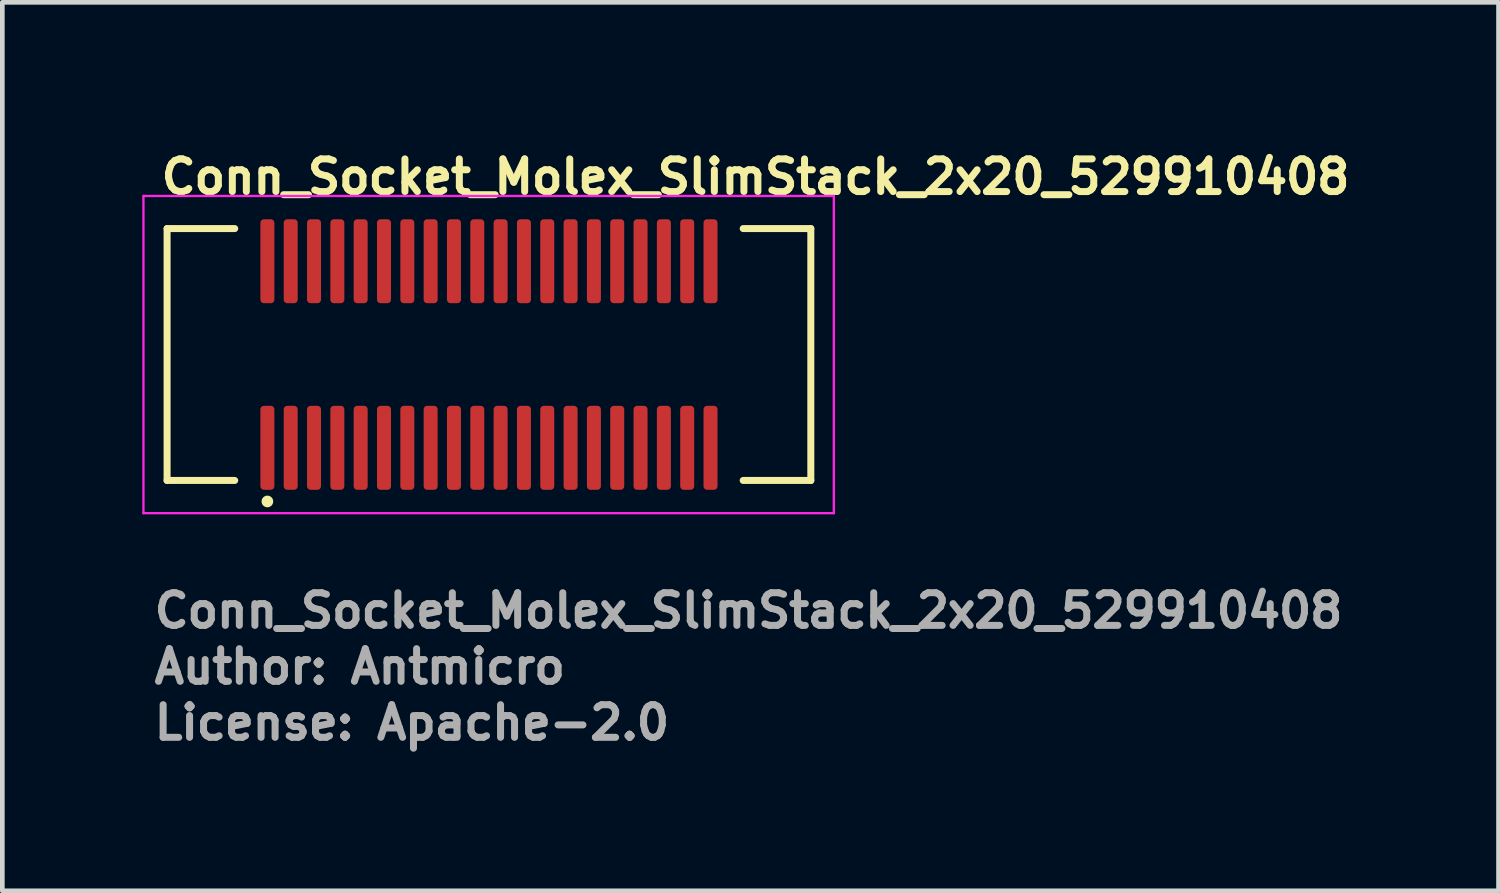
<source format=kicad_pcb>
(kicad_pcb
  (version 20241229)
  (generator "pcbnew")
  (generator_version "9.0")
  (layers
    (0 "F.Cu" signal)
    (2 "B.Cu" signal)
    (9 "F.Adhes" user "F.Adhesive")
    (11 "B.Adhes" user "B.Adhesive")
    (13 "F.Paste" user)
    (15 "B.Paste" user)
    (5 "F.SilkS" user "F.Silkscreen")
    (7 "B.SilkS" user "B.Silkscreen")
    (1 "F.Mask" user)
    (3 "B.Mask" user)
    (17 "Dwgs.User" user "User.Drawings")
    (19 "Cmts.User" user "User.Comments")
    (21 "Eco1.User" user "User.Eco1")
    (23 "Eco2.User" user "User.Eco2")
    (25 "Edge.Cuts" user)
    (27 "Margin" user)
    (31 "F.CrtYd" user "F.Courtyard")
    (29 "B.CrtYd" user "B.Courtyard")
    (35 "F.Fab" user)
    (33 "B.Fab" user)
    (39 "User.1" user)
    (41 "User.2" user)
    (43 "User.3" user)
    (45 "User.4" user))
  (footprint "Conn_Socket_Molex_SlimStack_2x20_529910408"
    (layer "F.Cu")
    (at 7.432 4.55)
    (property "Reference" "Conn_Socket_Molex_SlimStack_2x20_529910408" (at -7.1 -3.4 0) (layer "F.SilkS") (effects (font (size 0.7 0.7) (thickness 0.15)) (justify left bottom)))
    (attr smd)
    (fp_line (start -6.9 -2.7) (end -6.9 2.7) (stroke (width 0.15) (type solid)) (layer "F.SilkS"))
    (fp_line (start -5.45 -2.7) (end -6.9 -2.7) (stroke (width 0.15) (type solid)) (layer "F.SilkS"))
    (fp_line (start -5.45 2.7) (end -6.9 2.7) (stroke (width 0.15) (type solid)) (layer "F.SilkS"))
    (fp_line (start 5.45 -2.7) (end 6.9 -2.7) (stroke (width 0.15) (type solid)) (layer "F.SilkS"))
    (fp_line (start 5.45 2.7) (end 6.9 2.7) (stroke (width 0.15) (type solid)) (layer "F.SilkS"))
    (fp_line (start 6.9 2.7) (end 6.9 -2.7) (stroke (width 0.15) (type solid)) (layer "F.SilkS"))
    (fp_circle (center -4.75 3.15) (end -4.75 3.1) (stroke (width 0.15) (type solid)) (fill yes) (layer "F.SilkS"))
    (fp_line (start -7.407 -3.399) (end -7.407 3.401) (stroke (width 0.05) (type solid)) (layer "F.CrtYd"))
    (fp_line (start -7.407 3.401) (end 7.393 3.401) (stroke (width 0.05) (type solid)) (layer "F.CrtYd"))
    (fp_line (start 7.393 -3.399) (end -7.407 -3.399) (stroke (width 0.05) (type solid)) (layer "F.CrtYd"))
    (fp_line (start 7.393 3.401) (end 7.393 -3.399) (stroke (width 0.05) (type solid)) (layer "F.CrtYd"))
    (fp_rect (start -6.9 2.7) (end 6.9 -2.7) (stroke (width 0.1) (type solid)) (fill no) (layer "User.5"))
    (fp_line (start -6.901 -1.701) (end -6.901 -2.501) (stroke (width 0.02) (type solid)) (layer "User.9"))
    (fp_line (start -6.901 -1.201) (end -6.901 -1.701) (stroke (width 0.02) (type solid)) (layer "User.9"))
    (fp_line (start -6.901 -1.201) (end -6.35 -1.201) (stroke (width 0.02) (type solid)) (layer "User.9"))
    (fp_line (start -6.901 -0.702) (end -6.901 -1.201) (stroke (width 0.02) (type solid)) (layer "User.9"))
    (fp_line (start -6.901 -0.702) (end -6.651 -0.702) (stroke (width 0.02) (type solid)) (layer "User.9"))
    (fp_line (start -6.901 0.698) (end -6.651 0.698) (stroke (width 0.02) (type solid)) (layer "User.9"))
    (fp_line (start -6.901 1.198) (end -6.901 0.698) (stroke (width 0.02) (type solid)) (layer "User.9"))
    (fp_line (start -6.901 1.198) (end -6.35 1.198) (stroke (width 0.02) (type solid)) (layer "User.9"))
    (fp_line (start -6.901 1.698) (end -6.901 1.198) (stroke (width 0.02) (type solid)) (layer "User.9"))
    (fp_line (start -6.901 1.698) (end -6.9 1.708) (stroke (width 0.02) (type solid)) (layer "User.9"))
    (fp_line (start -6.901 2.199) (end -6.901 1.698) (stroke (width 0.02) (type solid)) (layer "User.9"))
    (fp_line (start -6.9 -2.513) (end -6.9 -2.501) (stroke (width 0.02) (type solid)) (layer "User.9"))
    (fp_line (start -6.9 -1.713) (end -6.9 -1.701) (stroke (width 0.02) (type solid)) (layer "User.9"))
    (fp_line (start -6.9 1.708) (end -6.898 1.718) (stroke (width 0.02) (type solid)) (layer "User.9"))
    (fp_line (start -6.898 -2.533) (end -6.898 -2.522) (stroke (width 0.02) (type solid)) (layer "User.9"))
    (fp_line (start -6.898 -2.522) (end -6.9 -2.513) (stroke (width 0.02) (type solid)) (layer "User.9"))
    (fp_line (start -6.898 -1.733) (end -6.898 -1.723) (stroke (width 0.02) (type solid)) (layer "User.9"))
    (fp_line (start -6.898 -1.723) (end -6.9 -1.713) (stroke (width 0.02) (type solid)) (layer "User.9"))
    (fp_line (start -6.898 1.718) (end -6.898 1.728) (stroke (width 0.02) (type solid)) (layer "User.9"))
    (fp_line (start -6.898 1.728) (end -6.895 1.738) (stroke (width 0.02) (type solid)) (layer "User.9"))
    (fp_line (start -6.895 -2.542) (end -6.898 -2.533) (stroke (width 0.02) (type solid)) (layer "User.9"))
    (fp_line (start -6.895 -1.743) (end -6.898 -1.733) (stroke (width 0.02) (type solid)) (layer "User.9"))
    (fp_line (start -6.895 1.738) (end -6.894 1.748) (stroke (width 0.02) (type solid)) (layer "User.9"))
    (fp_line (start -6.894 -2.552) (end -6.895 -2.542) (stroke (width 0.02) (type solid)) (layer "User.9"))
    (fp_line (start -6.894 -1.751) (end -6.895 -1.743) (stroke (width 0.02) (type solid)) (layer "User.9"))
    (fp_line (start -6.894 1.748) (end -6.891 1.758) (stroke (width 0.02) (type solid)) (layer "User.9"))
    (fp_line (start -6.891 -2.561) (end -6.894 -2.552) (stroke (width 0.02) (type solid)) (layer "User.9"))
    (fp_line (start -6.891 -1.761) (end -6.894 -1.751) (stroke (width 0.02) (type solid)) (layer "User.9"))
    (fp_line (start -6.891 1.758) (end -6.888 1.766) (stroke (width 0.02) (type solid)) (layer "User.9"))
    (fp_line (start -6.888 -2.57) (end -6.891 -2.561) (stroke (width 0.02) (type solid)) (layer "User.9"))
    (fp_line (start -6.888 -1.771) (end -6.891 -1.761) (stroke (width 0.02) (type solid)) (layer "User.9"))
    (fp_line (start -6.888 1.766) (end -6.885 1.776) (stroke (width 0.02) (type solid)) (layer "User.9"))
    (fp_line (start -6.885 -2.579) (end -6.888 -2.57) (stroke (width 0.02) (type solid)) (layer "User.9"))
    (fp_line (start -6.885 -1.779) (end -6.888 -1.771) (stroke (width 0.02) (type solid)) (layer "User.9"))
    (fp_line (start -6.885 1.776) (end -6.881 1.784) (stroke (width 0.02) (type solid)) (layer "User.9"))
    (fp_line (start -6.881 -2.589) (end -6.885 -2.579) (stroke (width 0.02) (type solid)) (layer "User.9"))
    (fp_line (start -6.881 -1.789) (end -6.885 -1.779) (stroke (width 0.02) (type solid)) (layer "User.9"))
    (fp_line (start -6.881 1.784) (end -6.875 1.793) (stroke (width 0.02) (type solid)) (layer "User.9"))
    (fp_line (start -6.875 -2.598) (end -6.881 -2.589) (stroke (width 0.02) (type solid)) (layer "User.9"))
    (fp_line (start -6.875 -1.798) (end -6.881 -1.789) (stroke (width 0.02) (type solid)) (layer "User.9"))
    (fp_line (start -6.875 1.793) (end -6.872 1.801) (stroke (width 0.02) (type solid)) (layer "User.9"))
    (fp_line (start -6.872 -2.606) (end -6.875 -2.598) (stroke (width 0.02) (type solid)) (layer "User.9"))
    (fp_line (start -6.872 -1.806) (end -6.875 -1.798) (stroke (width 0.02) (type solid)) (layer "User.9"))
    (fp_line (start -6.872 1.801) (end -6.866 1.809) (stroke (width 0.02) (type solid)) (layer "User.9"))
    (fp_line (start -6.866 -2.614) (end -6.872 -2.606) (stroke (width 0.02) (type solid)) (layer "User.9"))
    (fp_line (start -6.866 -1.814) (end -6.872 -1.806) (stroke (width 0.02) (type solid)) (layer "User.9"))
    (fp_line (start -6.866 1.809) (end -6.86 1.817) (stroke (width 0.02) (type solid)) (layer "User.9"))
    (fp_line (start -6.86 -2.622) (end -6.866 -2.614) (stroke (width 0.02) (type solid)) (layer "User.9"))
    (fp_line (start -6.86 -1.822) (end -6.866 -1.814) (stroke (width 0.02) (type solid)) (layer "User.9"))
    (fp_line (start -6.86 1.817) (end -6.855 1.825) (stroke (width 0.02) (type solid)) (layer "User.9"))
    (fp_line (start -6.855 -2.63) (end -6.86 -2.622) (stroke (width 0.02) (type solid)) (layer "User.9"))
    (fp_line (start -6.855 -1.83) (end -6.86 -1.822) (stroke (width 0.02) (type solid)) (layer "User.9"))
    (fp_line (start -6.855 1.825) (end -6.849 1.833) (stroke (width 0.02) (type solid)) (layer "User.9"))
    (fp_line (start -6.849 -2.637) (end -6.855 -2.63) (stroke (width 0.02) (type solid)) (layer "User.9"))
    (fp_line (start -6.849 -1.836) (end -6.855 -1.83) (stroke (width 0.02) (type solid)) (layer "User.9"))
    (fp_line (start -6.849 1.833) (end -6.841 1.839) (stroke (width 0.02) (type solid)) (layer "User.9"))
    (fp_line (start -6.841 -2.643) (end -6.849 -2.637) (stroke (width 0.02) (type solid)) (layer "User.9"))
    (fp_line (start -6.841 -1.844) (end -6.849 -1.836) (stroke (width 0.02) (type solid)) (layer "User.9"))
    (fp_line (start -6.841 1.839) (end -6.834 1.847) (stroke (width 0.02) (type solid)) (layer "User.9"))
    (fp_line (start -6.834 -2.65) (end -6.841 -2.643) (stroke (width 0.02) (type solid)) (layer "User.9"))
    (fp_line (start -6.834 -1.85) (end -6.841 -1.844) (stroke (width 0.02) (type solid)) (layer "User.9"))
    (fp_line (start -6.834 1.847) (end -6.827 1.853) (stroke (width 0.02) (type solid)) (layer "User.9"))
    (fp_line (start -6.827 -2.657) (end -6.834 -2.65) (stroke (width 0.02) (type solid)) (layer "User.9"))
    (fp_line (start -6.827 -1.856) (end -6.834 -1.85) (stroke (width 0.02) (type solid)) (layer "User.9"))
    (fp_line (start -6.827 1.853) (end -6.82 1.859) (stroke (width 0.02) (type solid)) (layer "User.9"))
    (fp_line (start -6.82 -2.662) (end -6.827 -2.657) (stroke (width 0.02) (type solid)) (layer "User.9"))
    (fp_line (start -6.82 -1.862) (end -6.827 -1.856) (stroke (width 0.02) (type solid)) (layer "User.9"))
    (fp_line (start -6.82 1.859) (end -6.811 1.863) (stroke (width 0.02) (type solid)) (layer "User.9"))
    (fp_line (start -6.811 -2.667) (end -6.82 -2.662) (stroke (width 0.02) (type solid)) (layer "User.9"))
    (fp_line (start -6.811 -1.868) (end -6.82 -1.862) (stroke (width 0.02) (type solid)) (layer "User.9"))
    (fp_line (start -6.811 1.863) (end -6.804 1.869) (stroke (width 0.02) (type solid)) (layer "User.9"))
    (fp_line (start -6.804 -2.674) (end -6.811 -2.667) (stroke (width 0.02) (type solid)) (layer "User.9"))
    (fp_line (start -6.804 -1.874) (end -6.811 -1.868) (stroke (width 0.02) (type solid)) (layer "User.9"))
    (fp_line (start -6.804 1.869) (end -6.795 1.873) (stroke (width 0.02) (type solid)) (layer "User.9"))
    (fp_line (start -6.795 -2.678) (end -6.804 -2.674) (stroke (width 0.02) (type solid)) (layer "User.9"))
    (fp_line (start -6.795 -1.878) (end -6.804 -1.874) (stroke (width 0.02) (type solid)) (layer "User.9"))
    (fp_line (start -6.795 1.873) (end -6.786 1.879) (stroke (width 0.02) (type solid)) (layer "User.9"))
    (fp_line (start -6.786 -2.682) (end -6.795 -2.678) (stroke (width 0.02) (type solid)) (layer "User.9"))
    (fp_line (start -6.786 -1.882) (end -6.795 -1.878) (stroke (width 0.02) (type solid)) (layer "User.9"))
    (fp_line (start -6.786 1.879) (end -6.778 1.883) (stroke (width 0.02) (type solid)) (layer "User.9"))
    (fp_line (start -6.778 -2.686) (end -6.786 -2.682) (stroke (width 0.02) (type solid)) (layer "User.9"))
    (fp_line (start -6.778 -1.886) (end -6.786 -1.882) (stroke (width 0.02) (type solid)) (layer "User.9"))
    (fp_line (start -6.778 1.883) (end -6.769 1.885) (stroke (width 0.02) (type solid)) (layer "User.9"))
    (fp_line (start -6.769 -2.69) (end -6.778 -2.686) (stroke (width 0.02) (type solid)) (layer "User.9"))
    (fp_line (start -6.769 -1.89) (end -6.778 -1.886) (stroke (width 0.02) (type solid)) (layer "User.9"))
    (fp_line (start -6.769 1.885) (end -6.76 1.889) (stroke (width 0.02) (type solid)) (layer "User.9"))
    (fp_line (start -6.76 -2.694) (end -6.769 -2.69) (stroke (width 0.02) (type solid)) (layer "User.9"))
    (fp_line (start -6.76 -1.894) (end -6.769 -1.89) (stroke (width 0.02) (type solid)) (layer "User.9"))
    (fp_line (start -6.76 1.889) (end -6.75 1.891) (stroke (width 0.02) (type solid)) (layer "User.9"))
    (fp_line (start -6.75 -2.695) (end -6.76 -2.694) (stroke (width 0.02) (type solid)) (layer "User.9"))
    (fp_line (start -6.75 -1.896) (end -6.76 -1.894) (stroke (width 0.02) (type solid)) (layer "User.9"))
    (fp_line (start -6.75 1.891) (end -6.741 1.893) (stroke (width 0.02) (type solid)) (layer "User.9"))
    (fp_line (start -6.741 -2.698) (end -6.75 -2.695) (stroke (width 0.02) (type solid)) (layer "User.9"))
    (fp_line (start -6.741 -1.898) (end -6.75 -1.896) (stroke (width 0.02) (type solid)) (layer "User.9"))
    (fp_line (start -6.741 1.893) (end -6.731 1.895) (stroke (width 0.02) (type solid)) (layer "User.9"))
    (fp_line (start -6.731 -2.699) (end -6.741 -2.698) (stroke (width 0.02) (type solid)) (layer "User.9"))
    (fp_line (start -6.731 -1.9) (end -6.741 -1.898) (stroke (width 0.02) (type solid)) (layer "User.9"))
    (fp_line (start -6.731 1.895) (end -6.72 1.897) (stroke (width 0.02) (type solid)) (layer "User.9"))
    (fp_line (start -6.72 -2.7) (end -6.731 -2.699) (stroke (width 0.02) (type solid)) (layer "User.9"))
    (fp_line (start -6.72 -1.9) (end -6.731 -1.9) (stroke (width 0.02) (type solid)) (layer "User.9"))
    (fp_line (start -6.72 1.897) (end -6.71 1.897) (stroke (width 0.02) (type solid)) (layer "User.9"))
    (fp_line (start -6.71 -2.702) (end -6.72 -2.7) (stroke (width 0.02) (type solid)) (layer "User.9"))
    (fp_line (start -6.71 -1.902) (end -6.72 -1.9) (stroke (width 0.02) (type solid)) (layer "User.9"))
    (fp_line (start -6.71 1.897) (end -6.699 1.897) (stroke (width 0.02) (type solid)) (layer "User.9"))
    (fp_line (start -6.699 -2.703) (end -6.71 -2.702) (stroke (width 0.02) (type solid)) (layer "User.9"))
    (fp_line (start -6.699 -2.151) (end -6.699 -1.902) (stroke (width 0.02) (type solid)) (layer "User.9"))
    (fp_line (start -6.699 -2.151) (end 5.1 -2.151) (stroke (width 0.02) (type solid)) (layer "User.9"))
    (fp_line (start -6.699 -1.902) (end -6.71 -1.902) (stroke (width 0.02) (type solid)) (layer "User.9"))
    (fp_line (start -6.699 2.147) (end -6.699 1.897) (stroke (width 0.02) (type solid)) (layer "User.9"))
    (fp_line (start -6.699 2.147) (end 5.1 2.147) (stroke (width 0.02) (type solid)) (layer "User.9"))
    (fp_line (start -6.651 -1.102) (end -6.35 -1.102) (stroke (width 0.02) (type solid)) (layer "User.9"))
    (fp_line (start -6.651 -0.702) (end -6.651 -1.102) (stroke (width 0.02) (type solid)) (layer "User.9"))
    (fp_line (start -6.651 0.698) (end -6.55 0.698) (stroke (width 0.02) (type solid)) (layer "User.9"))
    (fp_line (start -6.651 1.099) (end -6.651 0.698) (stroke (width 0.02) (type solid)) (layer "User.9"))
    (fp_line (start -6.55 -1.001) (end -6.651 -1.102) (stroke (width 0.02) (type solid)) (layer "User.9"))
    (fp_line (start -6.55 -1.001) (end -6.35 -1.001) (stroke (width 0.02) (type solid)) (layer "User.9"))
    (fp_line (start -6.55 -0.702) (end -6.651 -0.702) (stroke (width 0.02) (type solid)) (layer "User.9"))
    (fp_line (start -6.55 -0.702) (end -6.55 -1.001) (stroke (width 0.02) (type solid)) (layer "User.9"))
    (fp_line (start -6.55 0.997) (end -6.651 1.099) (stroke (width 0.02) (type solid)) (layer "User.9"))
    (fp_line (start -6.55 0.997) (end -6.55 0.698) (stroke (width 0.02) (type solid)) (layer "User.9"))
    (fp_line (start -6.401 2.699) (end -6.901 2.199) (stroke (width 0.02) (type solid)) (layer "User.9"))
    (fp_line (start -6.35 -0.702) (end -6.55 -0.702) (stroke (width 0.02) (type solid)) (layer "User.9"))
    (fp_line (start -6.35 0.698) (end -6.55 0.698) (stroke (width 0.02) (type solid)) (layer "User.9"))
    (fp_line (start -6.35 0.997) (end -6.55 0.997) (stroke (width 0.02) (type solid)) (layer "User.9"))
    (fp_line (start -6.35 1.099) (end -6.651 1.099) (stroke (width 0.02) (type solid)) (layer "User.9"))
    (fp_line (start -6.35 1.198) (end -6.35 -1.201) (stroke (width 0.02) (type solid)) (layer "User.9"))
    (fp_line (start -5.75 -2.703) (end -6.699 -2.703) (stroke (width 0.02) (type solid)) (layer "User.9"))
    (fp_line (start -5.75 -2.703) (end -5.75 -2.151) (stroke (width 0.02) (type solid)) (layer "User.9"))
    (fp_line (start -5.75 2.699) (end -6.401 2.699) (stroke (width 0.02) (type solid)) (layer "User.9"))
    (fp_line (start -5.75 2.699) (end -5.75 2.147) (stroke (width 0.02) (type solid)) (layer "User.9"))
    (fp_line (start -5.625 -1.388) (end -5.624 -1.398) (stroke (width 0.02) (type solid)) (layer "User.9"))
    (fp_line (start -5.625 -1.376) (end -5.625 -1.388) (stroke (width 0.02) (type solid)) (layer "User.9"))
    (fp_line (start -5.625 1.373) (end -5.625 -1.376) (stroke (width 0.02) (type solid)) (layer "User.9"))
    (fp_line (start -5.625 1.383) (end -5.625 1.373) (stroke (width 0.02) (type solid)) (layer "User.9"))
    (fp_line (start -5.624 -1.398) (end -5.622 -1.408) (stroke (width 0.02) (type solid)) (layer "User.9"))
    (fp_line (start -5.624 1.393) (end -5.625 1.383) (stroke (width 0.02) (type solid)) (layer "User.9"))
    (fp_line (start -5.622 -1.408) (end -5.62 -1.417) (stroke (width 0.02) (type solid)) (layer "User.9"))
    (fp_line (start -5.622 1.403) (end -5.624 1.393) (stroke (width 0.02) (type solid)) (layer "User.9"))
    (fp_line (start -5.62 -1.417) (end -5.619 -1.427) (stroke (width 0.02) (type solid)) (layer "User.9"))
    (fp_line (start -5.62 1.414) (end -5.622 1.403) (stroke (width 0.02) (type solid)) (layer "User.9"))
    (fp_line (start -5.619 -1.427) (end -5.617 -1.437) (stroke (width 0.02) (type solid)) (layer "User.9"))
    (fp_line (start -5.619 1.422) (end -5.62 1.414) (stroke (width 0.02) (type solid)) (layer "User.9"))
    (fp_line (start -5.617 -1.437) (end -5.612 -1.445) (stroke (width 0.02) (type solid)) (layer "User.9"))
    (fp_line (start -5.617 -1.437) (end 5.616 -1.437) (stroke (width 0.02) (type solid)) (layer "User.9"))
    (fp_line (start -5.617 1.432) (end -5.619 1.422) (stroke (width 0.02) (type solid)) (layer "User.9"))
    (fp_line (start -5.612 -1.445) (end -5.609 -1.455) (stroke (width 0.02) (type solid)) (layer "User.9"))
    (fp_line (start -5.612 1.442) (end -5.617 1.432) (stroke (width 0.02) (type solid)) (layer "User.9"))
    (fp_line (start -5.609 -1.455) (end -5.606 -1.463) (stroke (width 0.02) (type solid)) (layer "User.9"))
    (fp_line (start -5.609 1.45) (end -5.612 1.442) (stroke (width 0.02) (type solid)) (layer "User.9"))
    (fp_line (start -5.606 -1.463) (end -5.601 -1.473) (stroke (width 0.02) (type solid)) (layer "User.9"))
    (fp_line (start -5.606 1.46) (end -5.609 1.45) (stroke (width 0.02) (type solid)) (layer "User.9"))
    (fp_line (start -5.604 -1.465) (end -5.595 -1.481) (stroke (width 0.02) (type solid)) (layer "User.9"))
    (fp_line (start -5.601 -1.473) (end -5.596 -1.481) (stroke (width 0.02) (type solid)) (layer "User.9"))
    (fp_line (start -5.601 1.468) (end -5.606 1.46) (stroke (width 0.02) (type solid)) (layer "User.9"))
    (fp_line (start -5.596 -1.481) (end -5.59 -1.489) (stroke (width 0.02) (type solid)) (layer "User.9"))
    (fp_line (start -5.596 1.476) (end -5.601 1.468) (stroke (width 0.02) (type solid)) (layer "User.9"))
    (fp_line (start -5.595 1.478) (end -5.604 1.462) (stroke (width 0.02) (type solid)) (layer "User.9"))
    (fp_line (start -5.59 -1.489) (end -5.585 -1.497) (stroke (width 0.02) (type solid)) (layer "User.9"))
    (fp_line (start -5.59 1.484) (end -5.596 1.476) (stroke (width 0.02) (type solid)) (layer "User.9"))
    (fp_line (start -5.585 -1.497) (end -5.579 -1.505) (stroke (width 0.02) (type solid)) (layer "User.9"))
    (fp_line (start -5.585 1.492) (end -5.59 1.484) (stroke (width 0.02) (type solid)) (layer "User.9"))
    (fp_line (start -5.579 -1.505) (end -5.574 -1.511) (stroke (width 0.02) (type solid)) (layer "User.9"))
    (fp_line (start -5.579 1.5) (end -5.585 1.492) (stroke (width 0.02) (type solid)) (layer "User.9"))
    (fp_line (start -5.574 -1.511) (end -5.566 -1.519) (stroke (width 0.02) (type solid)) (layer "User.9"))
    (fp_line (start -5.574 1.508) (end -5.579 1.5) (stroke (width 0.02) (type solid)) (layer "User.9"))
    (fp_line (start -5.566 -1.519) (end -5.56 -1.525) (stroke (width 0.02) (type solid)) (layer "User.9"))
    (fp_line (start -5.566 1.514) (end -5.574 1.508) (stroke (width 0.02) (type solid)) (layer "User.9"))
    (fp_line (start -5.563 -1.523) (end -5.54 -1.54) (stroke (width 0.02) (type solid)) (layer "User.9"))
    (fp_line (start -5.56 -1.525) (end -5.553 -1.531) (stroke (width 0.02) (type solid)) (layer "User.9"))
    (fp_line (start -5.56 1.522) (end -5.566 1.514) (stroke (width 0.02) (type solid)) (layer "User.9"))
    (fp_line (start -5.553 -1.531) (end -5.545 -1.537) (stroke (width 0.02) (type solid)) (layer "User.9"))
    (fp_line (start -5.553 1.528) (end -5.56 1.522) (stroke (width 0.02) (type solid)) (layer "User.9"))
    (fp_line (start -5.545 -1.537) (end -5.537 -1.542) (stroke (width 0.02) (type solid)) (layer "User.9"))
    (fp_line (start -5.545 1.534) (end -5.553 1.528) (stroke (width 0.02) (type solid)) (layer "User.9"))
    (fp_line (start -5.54 1.537) (end -5.563 1.518) (stroke (width 0.02) (type solid)) (layer "User.9"))
    (fp_line (start -5.537 -1.542) (end -5.529 -1.548) (stroke (width 0.02) (type solid)) (layer "User.9"))
    (fp_line (start -5.537 1.539) (end -5.545 1.534) (stroke (width 0.02) (type solid)) (layer "User.9"))
    (fp_line (start -5.529 -1.548) (end -5.521 -1.552) (stroke (width 0.02) (type solid)) (layer "User.9"))
    (fp_line (start -5.529 1.545) (end -5.537 1.539) (stroke (width 0.02) (type solid)) (layer "User.9"))
    (fp_line (start -5.521 -1.552) (end -5.511 -1.558) (stroke (width 0.02) (type solid)) (layer "User.9"))
    (fp_line (start -5.521 1.549) (end -5.529 1.545) (stroke (width 0.02) (type solid)) (layer "User.9"))
    (fp_line (start -5.513 -1.556) (end -5.508 -1.558) (stroke (width 0.02) (type solid)) (layer "User.9"))
    (fp_line (start -5.511 -1.558) (end -5.502 -1.562) (stroke (width 0.02) (type solid)) (layer "User.9"))
    (fp_line (start -5.511 1.553) (end -5.521 1.549) (stroke (width 0.02) (type solid)) (layer "User.9"))
    (fp_line (start -5.508 -1.558) (end -5.505 -1.56) (stroke (width 0.02) (type solid)) (layer "User.9"))
    (fp_line (start -5.508 1.555) (end -5.513 1.553) (stroke (width 0.02) (type solid)) (layer "User.9"))
    (fp_line (start -5.505 -1.56) (end -5.5 -1.562) (stroke (width 0.02) (type solid)) (layer "User.9"))
    (fp_line (start -5.505 1.557) (end -5.508 1.555) (stroke (width 0.02) (type solid)) (layer "User.9"))
    (fp_line (start -5.502 -1.562) (end -5.494 -1.564) (stroke (width 0.02) (type solid)) (layer "User.9"))
    (fp_line (start -5.502 1.557) (end -5.511 1.553) (stroke (width 0.02) (type solid)) (layer "User.9"))
    (fp_line (start -5.5 -1.562) (end -5.497 -1.564) (stroke (width 0.02) (type solid)) (layer "User.9"))
    (fp_line (start -5.5 1.559) (end -5.505 1.557) (stroke (width 0.02) (type solid)) (layer "User.9"))
    (fp_line (start -5.497 -1.564) (end -5.492 -1.566) (stroke (width 0.02) (type solid)) (layer "User.9"))
    (fp_line (start -5.497 1.559) (end -5.5 1.559) (stroke (width 0.02) (type solid)) (layer "User.9"))
    (fp_line (start -5.494 -1.564) (end -5.484 -1.568) (stroke (width 0.02) (type solid)) (layer "User.9"))
    (fp_line (start -5.494 1.561) (end -5.502 1.557) (stroke (width 0.02) (type solid)) (layer "User.9"))
    (fp_line (start -5.492 -1.566) (end -5.487 -1.566) (stroke (width 0.02) (type solid)) (layer "User.9"))
    (fp_line (start -5.492 1.561) (end -5.497 1.559) (stroke (width 0.02) (type solid)) (layer "User.9"))
    (fp_line (start -5.487 -1.566) (end -5.483 -1.568) (stroke (width 0.02) (type solid)) (layer "User.9"))
    (fp_line (start -5.487 1.563) (end -5.492 1.561) (stroke (width 0.02) (type solid)) (layer "User.9"))
    (fp_line (start -5.484 -1.568) (end -5.475 -1.57) (stroke (width 0.02) (type solid)) (layer "User.9"))
    (fp_line (start -5.484 1.565) (end -5.494 1.561) (stroke (width 0.02) (type solid)) (layer "User.9"))
    (fp_line (start -5.483 -1.568) (end -5.478 -1.57) (stroke (width 0.02) (type solid)) (layer "User.9"))
    (fp_line (start -5.483 1.565) (end -5.487 1.563) (stroke (width 0.02) (type solid)) (layer "User.9"))
    (fp_line (start -5.478 1.565) (end -5.483 1.565) (stroke (width 0.02) (type solid)) (layer "User.9"))
    (fp_line (start -5.475 -1.57) (end -5.465 -1.572) (stroke (width 0.02) (type solid)) (layer "User.9"))
    (fp_line (start -5.475 1.567) (end -5.484 1.565) (stroke (width 0.02) (type solid)) (layer "User.9"))
    (fp_line (start -5.465 -1.572) (end -5.455 -1.574) (stroke (width 0.02) (type solid)) (layer "User.9"))
    (fp_line (start -5.465 1.569) (end -5.475 1.567) (stroke (width 0.02) (type solid)) (layer "User.9"))
    (fp_line (start -5.455 -1.574) (end -5.446 -1.576) (stroke (width 0.02) (type solid)) (layer "User.9"))
    (fp_line (start -5.455 1.571) (end -5.465 1.569) (stroke (width 0.02) (type solid)) (layer "User.9"))
    (fp_line (start -5.446 -1.576) (end -5.436 -1.576) (stroke (width 0.02) (type solid)) (layer "User.9"))
    (fp_line (start -5.446 1.571) (end -5.455 1.571) (stroke (width 0.02) (type solid)) (layer "User.9"))
    (fp_line (start -5.436 -1.576) (end -5.425 -1.576) (stroke (width 0.02) (type solid)) (layer "User.9"))
    (fp_line (start -5.436 1.573) (end -5.446 1.571) (stroke (width 0.02) (type solid)) (layer "User.9"))
    (fp_line (start -5.425 -1.576) (end -5.1 -1.576) (stroke (width 0.02) (type solid)) (layer "User.9"))
    (fp_line (start -5.425 1.573) (end -5.436 1.573) (stroke (width 0.02) (type solid)) (layer "User.9"))
    (fp_line (start -5.1 -2.151) (end -6.699 -2.151) (stroke (width 0.02) (type solid)) (layer "User.9"))
    (fp_line (start -5.1 -1.846) (end -5.1 -2.151) (stroke (width 0.02) (type solid)) (layer "User.9"))
    (fp_line (start -5.1 -1.846) (end -5.1 -1.576) (stroke (width 0.02) (type solid)) (layer "User.9"))
    (fp_line (start -5.1 -1.846) (end 5.1 -1.846) (stroke (width 0.02) (type solid)) (layer "User.9"))
    (fp_line (start -5.1 -0.813) (end -5.1 -0.808) (stroke (width 0.02) (type solid)) (layer "User.9"))
    (fp_line (start -5.1 -0.808) (end -5.1 -0.803) (stroke (width 0.02) (type solid)) (layer "User.9"))
    (fp_line (start -5.1 -0.803) (end -5.1 0.799) (stroke (width 0.02) (type solid)) (layer "User.9"))
    (fp_line (start -5.1 0.799) (end -5.1 0.804) (stroke (width 0.02) (type solid)) (layer "User.9"))
    (fp_line (start -5.1 0.799) (end -5.1 0.804) (stroke (width 0.02) (type solid)) (layer "User.9"))
    (fp_line (start -5.1 0.804) (end -5.1 0.809) (stroke (width 0.02) (type solid)) (layer "User.9"))
    (fp_line (start -5.1 0.804) (end -5.1 0.809) (stroke (width 0.02) (type solid)) (layer "User.9"))
    (fp_line (start -5.1 0.809) (end -5.098 0.814) (stroke (width 0.02) (type solid)) (layer "User.9"))
    (fp_line (start -5.1 0.809) (end -5.098 0.814) (stroke (width 0.02) (type solid)) (layer "User.9"))
    (fp_line (start -5.1 1.573) (end -5.425 1.573) (stroke (width 0.02) (type solid)) (layer "User.9"))
    (fp_line (start -5.1 1.573) (end -5.1 1.843) (stroke (width 0.02) (type solid)) (layer "User.9"))
    (fp_line (start -5.1 1.843) (end 5.1 1.843) (stroke (width 0.02) (type solid)) (layer "User.9"))
    (fp_line (start -5.1 2.147) (end -6.699 2.147) (stroke (width 0.02) (type solid)) (layer "User.9"))
    (fp_line (start -5.1 2.147) (end -5.1 1.843) (stroke (width 0.02) (type solid)) (layer "User.9"))
    (fp_line (start -5.098 -0.823) (end -5.098 -0.818) (stroke (width 0.02) (type solid)) (layer "User.9"))
    (fp_line (start -5.098 -0.818) (end -5.1 -0.813) (stroke (width 0.02) (type solid)) (layer "User.9"))
    (fp_line (start -5.098 0.814) (end -5.098 0.819) (stroke (width 0.02) (type solid)) (layer "User.9"))
    (fp_line (start -5.098 0.814) (end -5.098 0.819) (stroke (width 0.02) (type solid)) (layer "User.9"))
    (fp_line (start -5.098 0.819) (end -5.096 0.823) (stroke (width 0.02) (type solid)) (layer "User.9"))
    (fp_line (start -5.098 0.819) (end -5.096 0.823) (stroke (width 0.02) (type solid)) (layer "User.9"))
    (fp_line (start -5.096 -0.827) (end -5.098 -0.823) (stroke (width 0.02) (type solid)) (layer "User.9"))
    (fp_line (start -5.096 0.823) (end -5.095 0.828) (stroke (width 0.02) (type solid)) (layer "User.9"))
    (fp_line (start -5.096 0.823) (end -5.095 0.828) (stroke (width 0.02) (type solid)) (layer "User.9"))
    (fp_line (start -5.095 -0.832) (end -5.096 -0.827) (stroke (width 0.02) (type solid)) (layer "User.9"))
    (fp_line (start -5.095 0.828) (end -5.093 0.832) (stroke (width 0.02) (type solid)) (layer "User.9"))
    (fp_line (start -5.095 0.828) (end -5.093 0.832) (stroke (width 0.02) (type solid)) (layer "User.9"))
    (fp_line (start -5.093 -0.84) (end -5.093 -0.836) (stroke (width 0.02) (type solid)) (layer "User.9"))
    (fp_line (start -5.093 -0.836) (end -5.095 -0.832) (stroke (width 0.02) (type solid)) (layer "User.9"))
    (fp_line (start -5.093 0.832) (end -5.093 0.836) (stroke (width 0.02) (type solid)) (layer "User.9"))
    (fp_line (start -5.093 0.832) (end -5.093 0.836) (stroke (width 0.02) (type solid)) (layer "User.9"))
    (fp_line (start -5.093 0.836) (end -5.09 0.841) (stroke (width 0.02) (type solid)) (layer "User.9"))
    (fp_line (start -5.093 0.836) (end -5.09 0.841) (stroke (width 0.02) (type solid)) (layer "User.9"))
    (fp_line (start -5.09 -0.845) (end -5.093 -0.84) (stroke (width 0.02) (type solid)) (layer "User.9"))
    (fp_line (start -5.09 0.841) (end -5.087 0.845) (stroke (width 0.02) (type solid)) (layer "User.9"))
    (fp_line (start -5.09 0.841) (end -5.087 0.845) (stroke (width 0.02) (type solid)) (layer "User.9"))
    (fp_line (start -5.087 -0.849) (end -5.09 -0.845) (stroke (width 0.02) (type solid)) (layer "User.9"))
    (fp_line (start -5.087 0.845) (end -5.085 0.849) (stroke (width 0.02) (type solid)) (layer "User.9"))
    (fp_line (start -5.087 0.845) (end -5.085 0.849) (stroke (width 0.02) (type solid)) (layer "User.9"))
    (fp_line (start -5.085 -0.853) (end -5.087 -0.849) (stroke (width 0.02) (type solid)) (layer "User.9"))
    (fp_line (start -5.085 0.849) (end -5.082 0.853) (stroke (width 0.02) (type solid)) (layer "User.9"))
    (fp_line (start -5.085 0.849) (end -5.082 0.853) (stroke (width 0.02) (type solid)) (layer "User.9"))
    (fp_line (start -5.082 -0.857) (end -5.085 -0.853) (stroke (width 0.02) (type solid)) (layer "User.9"))
    (fp_line (start -5.082 0.853) (end -5.08 0.857) (stroke (width 0.02) (type solid)) (layer "User.9"))
    (fp_line (start -5.082 0.853) (end -5.08 0.857) (stroke (width 0.02) (type solid)) (layer "User.9"))
    (fp_line (start -5.08 -0.861) (end -5.082 -0.857) (stroke (width 0.02) (type solid)) (layer "User.9"))
    (fp_line (start -5.08 0.857) (end -5.077 0.861) (stroke (width 0.02) (type solid)) (layer "User.9"))
    (fp_line (start -5.08 0.857) (end -5.077 0.861) (stroke (width 0.02) (type solid)) (layer "User.9"))
    (fp_line (start -5.077 -0.865) (end -5.08 -0.861) (stroke (width 0.02) (type solid)) (layer "User.9"))
    (fp_line (start -5.077 0.861) (end -5.074 0.865) (stroke (width 0.02) (type solid)) (layer "User.9"))
    (fp_line (start -5.077 0.861) (end -5.074 0.865) (stroke (width 0.02) (type solid)) (layer "User.9"))
    (fp_line (start -5.074 -0.869) (end -5.077 -0.865) (stroke (width 0.02) (type solid)) (layer "User.9"))
    (fp_line (start -5.074 0.865) (end -5.071 0.868) (stroke (width 0.02) (type solid)) (layer "User.9"))
    (fp_line (start -5.074 0.865) (end -5.071 0.868) (stroke (width 0.02) (type solid)) (layer "User.9"))
    (fp_line (start -5.071 -0.872) (end -5.074 -0.869) (stroke (width 0.02) (type solid)) (layer "User.9"))
    (fp_line (start -5.071 0.868) (end -5.068 0.872) (stroke (width 0.02) (type solid)) (layer "User.9"))
    (fp_line (start -5.071 0.868) (end -5.068 0.872) (stroke (width 0.02) (type solid)) (layer "User.9"))
    (fp_line (start -5.068 -0.876) (end -5.071 -0.872) (stroke (width 0.02) (type solid)) (layer "User.9"))
    (fp_line (start -5.068 0.872) (end -5.063 0.875) (stroke (width 0.02) (type solid)) (layer "User.9"))
    (fp_line (start -5.068 0.872) (end -5.063 0.875) (stroke (width 0.02) (type solid)) (layer "User.9"))
    (fp_line (start -5.063 -0.879) (end -5.068 -0.876) (stroke (width 0.02) (type solid)) (layer "User.9"))
    (fp_line (start -5.063 0.875) (end -5.06 0.878) (stroke (width 0.02) (type solid)) (layer "User.9"))
    (fp_line (start -5.063 0.875) (end -5.06 0.878) (stroke (width 0.02) (type solid)) (layer "User.9"))
    (fp_line (start -5.06 -0.882) (end -5.063 -0.879) (stroke (width 0.02) (type solid)) (layer "User.9"))
    (fp_line (start -5.06 0.878) (end -5.055 0.88) (stroke (width 0.02) (type solid)) (layer "User.9"))
    (fp_line (start -5.06 0.878) (end -5.055 0.88) (stroke (width 0.02) (type solid)) (layer "User.9"))
    (fp_line (start -5.055 -0.884) (end -5.06 -0.882) (stroke (width 0.02) (type solid)) (layer "User.9"))
    (fp_line (start -5.055 0.88) (end -5.052 0.883) (stroke (width 0.02) (type solid)) (layer "User.9"))
    (fp_line (start -5.055 0.88) (end -5.052 0.883) (stroke (width 0.02) (type solid)) (layer "User.9"))
    (fp_line (start -5.052 -0.887) (end -5.055 -0.884) (stroke (width 0.02) (type solid)) (layer "User.9"))
    (fp_line (start -5.052 0.883) (end -5.047 0.885) (stroke (width 0.02) (type solid)) (layer "User.9"))
    (fp_line (start -5.052 0.883) (end -5.047 0.885) (stroke (width 0.02) (type solid)) (layer "User.9"))
    (fp_line (start -5.047 -0.889) (end -5.052 -0.887) (stroke (width 0.02) (type solid)) (layer "User.9"))
    (fp_line (start -5.047 0.885) (end -5.044 0.888) (stroke (width 0.02) (type solid)) (layer "User.9"))
    (fp_line (start -5.047 0.885) (end -5.044 0.888) (stroke (width 0.02) (type solid)) (layer "User.9"))
    (fp_line (start -5.044 -0.892) (end -5.047 -0.889) (stroke (width 0.02) (type solid)) (layer "User.9"))
    (fp_line (start -5.044 0.888) (end -5.039 0.89) (stroke (width 0.02) (type solid)) (layer "User.9"))
    (fp_line (start -5.044 0.888) (end -5.039 0.89) (stroke (width 0.02) (type solid)) (layer "User.9"))
    (fp_line (start -5.039 -0.894) (end -5.044 -0.892) (stroke (width 0.02) (type solid)) (layer "User.9"))
    (fp_line (start -5.039 0.89) (end -5.034 0.891) (stroke (width 0.02) (type solid)) (layer "User.9"))
    (fp_line (start -5.039 0.89) (end -5.034 0.891) (stroke (width 0.02) (type solid)) (layer "User.9"))
    (fp_line (start -5.034 -0.895) (end -5.039 -0.894) (stroke (width 0.02) (type solid)) (layer "User.9"))
    (fp_line (start -5.034 0.891) (end -5.029 0.893) (stroke (width 0.02) (type solid)) (layer "User.9"))
    (fp_line (start -5.034 0.891) (end -5.029 0.893) (stroke (width 0.02) (type solid)) (layer "User.9"))
    (fp_line (start -5.029 -0.897) (end -5.034 -0.895) (stroke (width 0.02) (type solid)) (layer "User.9"))
    (fp_line (start -5.029 0.893) (end -5.024 0.895) (stroke (width 0.02) (type solid)) (layer "User.9"))
    (fp_line (start -5.029 0.893) (end -5.024 0.895) (stroke (width 0.02) (type solid)) (layer "User.9"))
    (fp_line (start -5.024 -0.899) (end -5.029 -0.897) (stroke (width 0.02) (type solid)) (layer "User.9"))
    (fp_line (start -5.024 0.895) (end -5.021 0.896) (stroke (width 0.02) (type solid)) (layer "User.9"))
    (fp_line (start -5.024 0.895) (end -5.021 0.896) (stroke (width 0.02) (type solid)) (layer "User.9"))
    (fp_line (start -5.021 -0.9) (end -5.024 -0.899) (stroke (width 0.02) (type solid)) (layer "User.9"))
    (fp_line (start -5.021 0.896) (end -5.016 0.897) (stroke (width 0.02) (type solid)) (layer "User.9"))
    (fp_line (start -5.021 0.896) (end -5.016 0.897) (stroke (width 0.02) (type solid)) (layer "User.9"))
    (fp_line (start -5.016 -0.901) (end -5.021 -0.9) (stroke (width 0.02) (type solid)) (layer "User.9"))
    (fp_line (start -5.016 0.897) (end -5.01 0.898) (stroke (width 0.02) (type solid)) (layer "User.9"))
    (fp_line (start -5.016 0.897) (end -5.01 0.898) (stroke (width 0.02) (type solid)) (layer "User.9"))
    (fp_line (start -5.01 -0.902) (end -5.016 -0.901) (stroke (width 0.02) (type solid)) (layer "User.9"))
    (fp_line (start -5.01 0.898) (end -5.005 0.898) (stroke (width 0.02) (type solid)) (layer "User.9"))
    (fp_line (start -5.01 0.898) (end -5.005 0.898) (stroke (width 0.02) (type solid)) (layer "User.9"))
    (fp_line (start -5.005 -0.902) (end -5.01 -0.902) (stroke (width 0.02) (type solid)) (layer "User.9"))
    (fp_line (start -5.005 0.898) (end -5 0.899) (stroke (width 0.02) (type solid)) (layer "User.9"))
    (fp_line (start -5.005 0.898) (end -5 0.899) (stroke (width 0.02) (type solid)) (layer "User.9"))
    (fp_line (start -5 -0.903) (end -5.005 -0.902) (stroke (width 0.02) (type solid)) (layer "User.9"))
    (fp_line (start -5 -0.803) (end -5.1 -0.803) (stroke (width 0.02) (type solid)) (layer "User.9"))
    (fp_line (start -5 -0.803) (end -5 -0.903) (stroke (width 0.02) (type solid)) (layer "User.9"))
    (fp_line (start -5 0.799) (end -5.1 0.799) (stroke (width 0.02) (type solid)) (layer "User.9"))
    (fp_line (start -5 0.799) (end -5 0.899) (stroke (width 0.02) (type solid)) (layer "User.9"))
    (fp_line (start -5 0.899) (end 4.999 0.899) (stroke (width 0.02) (type solid)) (layer "User.9"))
    (fp_line (start -4.85 -2.651) (end -4.65 -2.651) (stroke (width 0.02) (type solid)) (layer "User.9"))
    (fp_line (start -4.85 -2.151) (end -4.85 -2.651) (stroke (width 0.02) (type solid)) (layer "User.9"))
    (fp_line (start -4.85 -1.04) (end -4.85 -1.086) (stroke (width 0.02) (type solid)) (layer "User.9"))
    (fp_line (start -4.85 -0.903) (end -4.85 -1.04) (stroke (width 0.02) (type solid)) (layer "User.9"))
    (fp_line (start -4.85 1.035) (end -4.85 0.899) (stroke (width 0.02) (type solid)) (layer "User.9"))
    (fp_line (start -4.85 1.083) (end -4.85 1.035) (stroke (width 0.02) (type solid)) (layer "User.9"))
    (fp_line (start -4.85 2.647) (end -4.85 2.147) (stroke (width 0.02) (type solid)) (layer "User.9"))
    (fp_line (start -4.85 2.647) (end -4.65 2.647) (stroke (width 0.02) (type solid)) (layer "User.9"))
    (fp_line (start -4.65 -2.151) (end -4.65 -2.651) (stroke (width 0.02) (type solid)) (layer "User.9"))
    (fp_line (start -4.65 -1.086) (end -4.85 -1.086) (stroke (width 0.02) (type solid)) (layer "User.9"))
    (fp_line (start -4.65 -1.04) (end -4.65 -1.086) (stroke (width 0.02) (type solid)) (layer "User.9"))
    (fp_line (start -4.65 -0.903) (end -4.65 -1.04) (stroke (width 0.02) (type solid)) (layer "User.9"))
    (fp_line (start -4.65 1.035) (end -4.65 0.899) (stroke (width 0.02) (type solid)) (layer "User.9"))
    (fp_line (start -4.65 1.083) (end -4.85 1.083) (stroke (width 0.02) (type solid)) (layer "User.9"))
    (fp_line (start -4.65 1.083) (end -4.65 1.035) (stroke (width 0.02) (type solid)) (layer "User.9"))
    (fp_line (start -4.65 2.647) (end -4.65 2.147) (stroke (width 0.02) (type solid)) (layer "User.9"))
    (fp_line (start -4.35 -2.651) (end -4.15 -2.651) (stroke (width 0.02) (type solid)) (layer "User.9"))
    (fp_line (start -4.35 -2.151) (end -4.35 -2.651) (stroke (width 0.02) (type solid)) (layer "User.9"))
    (fp_line (start -4.35 -1.04) (end -4.35 -1.086) (stroke (width 0.02) (type solid)) (layer "User.9"))
    (fp_line (start -4.35 -0.903) (end -4.35 -1.04) (stroke (width 0.02) (type solid)) (layer "User.9"))
    (fp_line (start -4.35 1.035) (end -4.35 0.899) (stroke (width 0.02) (type solid)) (layer "User.9"))
    (fp_line (start -4.35 1.083) (end -4.35 1.035) (stroke (width 0.02) (type solid)) (layer "User.9"))
    (fp_line (start -4.35 2.647) (end -4.35 2.147) (stroke (width 0.02) (type solid)) (layer "User.9"))
    (fp_line (start -4.35 2.647) (end -4.15 2.647) (stroke (width 0.02) (type solid)) (layer "User.9"))
    (fp_line (start -4.265 -1.576) (end -4.265 -1.747) (stroke (width 0.02) (type solid)) (layer "User.9"))
    (fp_line (start -4.265 1.573) (end -4.265 1.744) (stroke (width 0.02) (type solid)) (layer "User.9"))
    (fp_line (start -4.15 -2.151) (end -4.15 -2.651) (stroke (width 0.02) (type solid)) (layer "User.9"))
    (fp_line (start -4.15 -1.086) (end -4.35 -1.086) (stroke (width 0.02) (type solid)) (layer "User.9"))
    (fp_line (start -4.15 -1.04) (end -4.15 -1.086) (stroke (width 0.02) (type solid)) (layer "User.9"))
    (fp_line (start -4.15 -0.903) (end -4.15 -1.04) (stroke (width 0.02) (type solid)) (layer "User.9"))
    (fp_line (start -4.15 1.035) (end -4.15 0.899) (stroke (width 0.02) (type solid)) (layer "User.9"))
    (fp_line (start -4.15 1.083) (end -4.35 1.083) (stroke (width 0.02) (type solid)) (layer "User.9"))
    (fp_line (start -4.15 1.083) (end -4.15 1.035) (stroke (width 0.02) (type solid)) (layer "User.9"))
    (fp_line (start -4.15 2.647) (end -4.15 2.147) (stroke (width 0.02) (type solid)) (layer "User.9"))
    (fp_line (start -3.851 -2.651) (end -3.649 -2.651) (stroke (width 0.02) (type solid)) (layer "User.9"))
    (fp_line (start -3.851 -2.151) (end -3.851 -2.651) (stroke (width 0.02) (type solid)) (layer "User.9"))
    (fp_line (start -3.851 -1.04) (end -3.851 -1.086) (stroke (width 0.02) (type solid)) (layer "User.9"))
    (fp_line (start -3.851 -0.903) (end -3.851 -1.04) (stroke (width 0.02) (type solid)) (layer "User.9"))
    (fp_line (start -3.851 1.035) (end -3.851 0.899) (stroke (width 0.02) (type solid)) (layer "User.9"))
    (fp_line (start -3.851 1.083) (end -3.851 1.035) (stroke (width 0.02) (type solid)) (layer "User.9"))
    (fp_line (start -3.851 2.647) (end -3.851 2.147) (stroke (width 0.02) (type solid)) (layer "User.9"))
    (fp_line (start -3.851 2.647) (end -3.649 2.647) (stroke (width 0.02) (type solid)) (layer "User.9"))
    (fp_line (start -3.649 -2.151) (end -3.649 -2.651) (stroke (width 0.02) (type solid)) (layer "User.9"))
    (fp_line (start -3.649 -1.086) (end -3.851 -1.086) (stroke (width 0.02) (type solid)) (layer "User.9"))
    (fp_line (start -3.649 -1.04) (end -3.649 -1.086) (stroke (width 0.02) (type solid)) (layer "User.9"))
    (fp_line (start -3.649 -0.903) (end -3.649 -1.04) (stroke (width 0.02) (type solid)) (layer "User.9"))
    (fp_line (start -3.649 1.035) (end -3.649 0.899) (stroke (width 0.02) (type solid)) (layer "User.9"))
    (fp_line (start -3.649 1.083) (end -3.851 1.083) (stroke (width 0.02) (type solid)) (layer "User.9"))
    (fp_line (start -3.649 1.083) (end -3.649 1.035) (stroke (width 0.02) (type solid)) (layer "User.9"))
    (fp_line (start -3.649 2.647) (end -3.649 2.147) (stroke (width 0.02) (type solid)) (layer "User.9"))
    (fp_line (start -3.351 -2.651) (end -3.149 -2.651) (stroke (width 0.02) (type solid)) (layer "User.9"))
    (fp_line (start -3.351 -2.151) (end -3.351 -2.651) (stroke (width 0.02) (type solid)) (layer "User.9"))
    (fp_line (start -3.351 -1.04) (end -3.351 -1.086) (stroke (width 0.02) (type solid)) (layer "User.9"))
    (fp_line (start -3.351 -0.903) (end -3.351 -1.04) (stroke (width 0.02) (type solid)) (layer "User.9"))
    (fp_line (start -3.351 1.035) (end -3.351 0.899) (stroke (width 0.02) (type solid)) (layer "User.9"))
    (fp_line (start -3.351 1.083) (end -3.351 1.035) (stroke (width 0.02) (type solid)) (layer "User.9"))
    (fp_line (start -3.351 2.647) (end -3.351 2.147) (stroke (width 0.02) (type solid)) (layer "User.9"))
    (fp_line (start -3.351 2.647) (end -3.149 2.647) (stroke (width 0.02) (type solid)) (layer "User.9"))
    (fp_line (start -3.149 -2.151) (end -3.149 -2.651) (stroke (width 0.02) (type solid)) (layer "User.9"))
    (fp_line (start -3.149 -1.086) (end -3.351 -1.086) (stroke (width 0.02) (type solid)) (layer "User.9"))
    (fp_line (start -3.149 -1.04) (end -3.149 -1.086) (stroke (width 0.02) (type solid)) (layer "User.9"))
    (fp_line (start -3.149 -0.903) (end -3.149 -1.04) (stroke (width 0.02) (type solid)) (layer "User.9"))
    (fp_line (start -3.149 1.035) (end -3.149 0.899) (stroke (width 0.02) (type solid)) (layer "User.9"))
    (fp_line (start -3.149 1.083) (end -3.351 1.083) (stroke (width 0.02) (type solid)) (layer "User.9"))
    (fp_line (start -3.149 1.083) (end -3.149 1.035) (stroke (width 0.02) (type solid)) (layer "User.9"))
    (fp_line (start -3.149 2.647) (end -3.149 2.147) (stroke (width 0.02) (type solid)) (layer "User.9"))
    (fp_line (start -2.851 -2.651) (end -2.649 -2.651) (stroke (width 0.02) (type solid)) (layer "User.9"))
    (fp_line (start -2.851 -2.151) (end -2.851 -2.651) (stroke (width 0.02) (type solid)) (layer "User.9"))
    (fp_line (start -2.851 -1.04) (end -2.851 -1.086) (stroke (width 0.02) (type solid)) (layer "User.9"))
    (fp_line (start -2.851 -0.903) (end -2.851 -1.04) (stroke (width 0.02) (type solid)) (layer "User.9"))
    (fp_line (start -2.851 1.035) (end -2.851 0.899) (stroke (width 0.02) (type solid)) (layer "User.9"))
    (fp_line (start -2.851 1.083) (end -2.851 1.035) (stroke (width 0.02) (type solid)) (layer "User.9"))
    (fp_line (start -2.851 2.647) (end -2.851 2.147) (stroke (width 0.02) (type solid)) (layer "User.9"))
    (fp_line (start -2.851 2.647) (end -2.649 2.647) (stroke (width 0.02) (type solid)) (layer "User.9"))
    (fp_line (start -2.649 -2.151) (end -2.649 -2.651) (stroke (width 0.02) (type solid)) (layer "User.9"))
    (fp_line (start -2.649 -1.086) (end -2.851 -1.086) (stroke (width 0.02) (type solid)) (layer "User.9"))
    (fp_line (start -2.649 -1.04) (end -2.649 -1.086) (stroke (width 0.02) (type solid)) (layer "User.9"))
    (fp_line (start -2.649 -0.903) (end -2.649 -1.04) (stroke (width 0.02) (type solid)) (layer "User.9"))
    (fp_line (start -2.649 1.035) (end -2.649 0.899) (stroke (width 0.02) (type solid)) (layer "User.9"))
    (fp_line (start -2.649 1.083) (end -2.851 1.083) (stroke (width 0.02) (type solid)) (layer "User.9"))
    (fp_line (start -2.649 1.083) (end -2.649 1.035) (stroke (width 0.02) (type solid)) (layer "User.9"))
    (fp_line (start -2.649 2.647) (end -2.649 2.147) (stroke (width 0.02) (type solid)) (layer "User.9"))
    (fp_line (start -2.351 -2.651) (end -2.15 -2.651) (stroke (width 0.02) (type solid)) (layer "User.9"))
    (fp_line (start -2.351 -2.151) (end -2.351 -2.651) (stroke (width 0.02) (type solid)) (layer "User.9"))
    (fp_line (start -2.351 -1.04) (end -2.351 -1.086) (stroke (width 0.02) (type solid)) (layer "User.9"))
    (fp_line (start -2.351 -0.903) (end -2.351 -1.04) (stroke (width 0.02) (type solid)) (layer "User.9"))
    (fp_line (start -2.351 1.035) (end -2.351 0.899) (stroke (width 0.02) (type solid)) (layer "User.9"))
    (fp_line (start -2.351 1.083) (end -2.351 1.035) (stroke (width 0.02) (type solid)) (layer "User.9"))
    (fp_line (start -2.351 2.647) (end -2.351 2.147) (stroke (width 0.02) (type solid)) (layer "User.9"))
    (fp_line (start -2.351 2.647) (end -2.15 2.647) (stroke (width 0.02) (type solid)) (layer "User.9"))
    (fp_line (start -2.15 -2.151) (end -2.15 -2.651) (stroke (width 0.02) (type solid)) (layer "User.9"))
    (fp_line (start -2.15 -1.086) (end -2.351 -1.086) (stroke (width 0.02) (type solid)) (layer "User.9"))
    (fp_line (start -2.15 -1.04) (end -2.15 -1.086) (stroke (width 0.02) (type solid)) (layer "User.9"))
    (fp_line (start -2.15 -0.903) (end -2.15 -1.04) (stroke (width 0.02) (type solid)) (layer "User.9"))
    (fp_line (start -2.15 1.035) (end -2.15 0.899) (stroke (width 0.02) (type solid)) (layer "User.9"))
    (fp_line (start -2.15 1.083) (end -2.351 1.083) (stroke (width 0.02) (type solid)) (layer "User.9"))
    (fp_line (start -2.15 1.083) (end -2.15 1.035) (stroke (width 0.02) (type solid)) (layer "User.9"))
    (fp_line (start -2.15 2.647) (end -2.15 2.147) (stroke (width 0.02) (type solid)) (layer "User.9"))
    (fp_line (start -1.85 -2.651) (end -1.65 -2.651) (stroke (width 0.02) (type solid)) (layer "User.9"))
    (fp_line (start -1.85 -2.151) (end -1.85 -2.651) (stroke (width 0.02) (type solid)) (layer "User.9"))
    (fp_line (start -1.85 -1.04) (end -1.85 -1.086) (stroke (width 0.02) (type solid)) (layer "User.9"))
    (fp_line (start -1.85 -0.903) (end -1.85 -1.04) (stroke (width 0.02) (type solid)) (layer "User.9"))
    (fp_line (start -1.85 1.035) (end -1.85 0.899) (stroke (width 0.02) (type solid)) (layer "User.9"))
    (fp_line (start -1.85 1.083) (end -1.85 1.035) (stroke (width 0.02) (type solid)) (layer "User.9"))
    (fp_line (start -1.85 2.647) (end -1.85 2.147) (stroke (width 0.02) (type solid)) (layer "User.9"))
    (fp_line (start -1.85 2.647) (end -1.65 2.647) (stroke (width 0.02) (type solid)) (layer "User.9"))
    (fp_line (start -1.65 -2.151) (end -1.65 -2.651) (stroke (width 0.02) (type solid)) (layer "User.9"))
    (fp_line (start -1.65 -1.086) (end -1.85 -1.086) (stroke (width 0.02) (type solid)) (layer "User.9"))
    (fp_line (start -1.65 -1.04) (end -1.65 -1.086) (stroke (width 0.02) (type solid)) (layer "User.9"))
    (fp_line (start -1.65 -0.903) (end -1.65 -1.04) (stroke (width 0.02) (type solid)) (layer "User.9"))
    (fp_line (start -1.65 1.035) (end -1.65 0.899) (stroke (width 0.02) (type solid)) (layer "User.9"))
    (fp_line (start -1.65 1.083) (end -1.85 1.083) (stroke (width 0.02) (type solid)) (layer "User.9"))
    (fp_line (start -1.65 1.083) (end -1.65 1.035) (stroke (width 0.02) (type solid)) (layer "User.9"))
    (fp_line (start -1.65 2.647) (end -1.65 2.147) (stroke (width 0.02) (type solid)) (layer "User.9"))
    (fp_line (start -1.601 -1.644) (end -1.601 -1.576) (stroke (width 0.02) (type solid)) (layer "User.9"))
    (fp_line (start -1.601 -1.576) (end -5.263 -1.576) (stroke (width 0.02) (type solid)) (layer "User.9"))
    (fp_line (start -1.601 -1.576) (end -1.601 -1.542) (stroke (width 0.02) (type solid)) (layer "User.9"))
    (fp_line (start -1.601 1.569) (end -5.465 1.569) (stroke (width 0.02) (type solid)) (layer "User.9"))
    (fp_line (start -1.601 1.573) (end -1.601 1.539) (stroke (width 0.02) (type solid)) (layer "User.9"))
    (fp_line (start -1.601 1.639) (end -1.601 1.573) (stroke (width 0.02) (type solid)) (layer "User.9"))
    (fp_line (start -1.351 -2.651) (end -1.149 -2.651) (stroke (width 0.02) (type solid)) (layer "User.9"))
    (fp_line (start -1.351 -2.151) (end -1.351 -2.651) (stroke (width 0.02) (type solid)) (layer "User.9"))
    (fp_line (start -1.351 -1.04) (end -1.351 -1.086) (stroke (width 0.02) (type solid)) (layer "User.9"))
    (fp_line (start -1.351 -0.903) (end -1.351 -1.04) (stroke (width 0.02) (type solid)) (layer "User.9"))
    (fp_line (start -1.351 1.035) (end -1.351 0.899) (stroke (width 0.02) (type solid)) (layer "User.9"))
    (fp_line (start -1.351 1.083) (end -1.351 1.035) (stroke (width 0.02) (type solid)) (layer "User.9"))
    (fp_line (start -1.351 2.647) (end -1.351 2.147) (stroke (width 0.02) (type solid)) (layer "User.9"))
    (fp_line (start -1.351 2.647) (end -1.149 2.647) (stroke (width 0.02) (type solid)) (layer "User.9"))
    (fp_line (start -1.149 -2.151) (end -1.149 -2.651) (stroke (width 0.02) (type solid)) (layer "User.9"))
    (fp_line (start -1.149 -1.086) (end -1.351 -1.086) (stroke (width 0.02) (type solid)) (layer "User.9"))
    (fp_line (start -1.149 -1.04) (end -1.149 -1.086) (stroke (width 0.02) (type solid)) (layer "User.9"))
    (fp_line (start -1.149 -0.903) (end -1.149 -1.04) (stroke (width 0.02) (type solid)) (layer "User.9"))
    (fp_line (start -1.149 1.035) (end -1.149 0.899) (stroke (width 0.02) (type solid)) (layer "User.9"))
    (fp_line (start -1.149 1.083) (end -1.351 1.083) (stroke (width 0.02) (type solid)) (layer "User.9"))
    (fp_line (start -1.149 1.083) (end -1.149 1.035) (stroke (width 0.02) (type solid)) (layer "User.9"))
    (fp_line (start -1.149 2.647) (end -1.149 2.147) (stroke (width 0.02) (type solid)) (layer "User.9"))
    (fp_line (start -0.9 -1.644) (end -1.601 -1.644) (stroke (width 0.02) (type solid)) (layer "User.9"))
    (fp_line (start -0.9 -1.644) (end -0.9 -1.576) (stroke (width 0.02) (type solid)) (layer "User.9"))
    (fp_line (start -0.9 -1.576) (end -0.9 -1.542) (stroke (width 0.02) (type solid)) (layer "User.9"))
    (fp_line (start -0.9 -1.542) (end -1.601 -1.542) (stroke (width 0.02) (type solid)) (layer "User.9"))
    (fp_line (start -0.9 1.539) (end -1.601 1.539) (stroke (width 0.02) (type solid)) (layer "User.9"))
    (fp_line (start -0.9 1.573) (end -0.9 1.539) (stroke (width 0.02) (type solid)) (layer "User.9"))
    (fp_line (start -0.9 1.639) (end -1.601 1.639) (stroke (width 0.02) (type solid)) (layer "User.9"))
    (fp_line (start -0.9 1.639) (end -0.9 1.573) (stroke (width 0.02) (type solid)) (layer "User.9"))
    (fp_line (start -0.849 -2.651) (end -0.651 -2.651) (stroke (width 0.02) (type solid)) (layer "User.9"))
    (fp_line (start -0.849 -2.151) (end -0.849 -2.651) (stroke (width 0.02) (type solid)) (layer "User.9"))
    (fp_line (start -0.849 -1.04) (end -0.849 -1.086) (stroke (width 0.02) (type solid)) (layer "User.9"))
    (fp_line (start -0.849 -0.903) (end -0.849 -1.04) (stroke (width 0.02) (type solid)) (layer "User.9"))
    (fp_line (start -0.849 1.035) (end -0.849 0.899) (stroke (width 0.02) (type solid)) (layer "User.9"))
    (fp_line (start -0.849 1.083) (end -0.849 1.035) (stroke (width 0.02) (type solid)) (layer "User.9"))
    (fp_line (start -0.849 2.647) (end -0.849 2.147) (stroke (width 0.02) (type solid)) (layer "User.9"))
    (fp_line (start -0.849 2.647) (end -0.651 2.647) (stroke (width 0.02) (type solid)) (layer "User.9"))
    (fp_line (start -0.651 -2.151) (end -0.651 -2.651) (stroke (width 0.02) (type solid)) (layer "User.9"))
    (fp_line (start -0.651 -1.086) (end -0.849 -1.086) (stroke (width 0.02) (type solid)) (layer "User.9"))
    (fp_line (start -0.651 -1.04) (end -0.651 -1.086) (stroke (width 0.02) (type solid)) (layer "User.9"))
    (fp_line (start -0.651 -0.903) (end -0.651 -1.04) (stroke (width 0.02) (type solid)) (layer "User.9"))
    (fp_line (start -0.651 1.035) (end -0.651 0.899) (stroke (width 0.02) (type solid)) (layer "User.9"))
    (fp_line (start -0.651 1.083) (end -0.849 1.083) (stroke (width 0.02) (type solid)) (layer "User.9"))
    (fp_line (start -0.651 1.083) (end -0.651 1.035) (stroke (width 0.02) (type solid)) (layer "User.9"))
    (fp_line (start -0.651 2.647) (end -0.651 2.147) (stroke (width 0.02) (type solid)) (layer "User.9"))
    (fp_line (start -0.349 -2.651) (end -0.15 -2.651) (stroke (width 0.02) (type solid)) (layer "User.9"))
    (fp_line (start -0.349 -2.151) (end -0.349 -2.651) (stroke (width 0.02) (type solid)) (layer "User.9"))
    (fp_line (start -0.349 -1.04) (end -0.349 -1.086) (stroke (width 0.02) (type solid)) (layer "User.9"))
    (fp_line (start -0.349 -0.903) (end -0.349 -1.04) (stroke (width 0.02) (type solid)) (layer "User.9"))
    (fp_line (start -0.349 1.035) (end -0.349 0.899) (stroke (width 0.02) (type solid)) (layer "User.9"))
    (fp_line (start -0.349 1.083) (end -0.349 1.035) (stroke (width 0.02) (type solid)) (layer "User.9"))
    (fp_line (start -0.349 2.647) (end -0.349 2.147) (stroke (width 0.02) (type solid)) (layer "User.9"))
    (fp_line (start -0.349 2.647) (end -0.15 2.647) (stroke (width 0.02) (type solid)) (layer "User.9"))
    (fp_line (start -0.15 -2.151) (end -0.15 -2.651) (stroke (width 0.02) (type solid)) (layer "User.9"))
    (fp_line (start -0.15 -1.086) (end -0.349 -1.086) (stroke (width 0.02) (type solid)) (layer "User.9"))
    (fp_line (start -0.15 -1.04) (end -0.15 -1.086) (stroke (width 0.02) (type solid)) (layer "User.9"))
    (fp_line (start -0.15 -0.903) (end -0.15 -1.04) (stroke (width 0.02) (type solid)) (layer "User.9"))
    (fp_line (start -0.15 1.035) (end -0.15 0.899) (stroke (width 0.02) (type solid)) (layer "User.9"))
    (fp_line (start -0.15 1.083) (end -0.349 1.083) (stroke (width 0.02) (type solid)) (layer "User.9"))
    (fp_line (start -0.15 1.083) (end -0.15 1.035) (stroke (width 0.02) (type solid)) (layer "User.9"))
    (fp_line (start -0.15 2.647) (end -0.15 2.147) (stroke (width 0.02) (type solid)) (layer "User.9"))
    (fp_line (start 0.15 -2.651) (end 0.35 -2.651) (stroke (width 0.02) (type solid)) (layer "User.9"))
    (fp_line (start 0.15 -2.151) (end 0.15 -2.651) (stroke (width 0.02) (type solid)) (layer "User.9"))
    (fp_line (start 0.15 -1.04) (end 0.15 -1.086) (stroke (width 0.02) (type solid)) (layer "User.9"))
    (fp_line (start 0.15 -0.903) (end 0.15 -1.04) (stroke (width 0.02) (type solid)) (layer "User.9"))
    (fp_line (start 0.15 1.035) (end 0.15 0.899) (stroke (width 0.02) (type solid)) (layer "User.9"))
    (fp_line (start 0.15 1.083) (end 0.15 1.035) (stroke (width 0.02) (type solid)) (layer "User.9"))
    (fp_line (start 0.15 2.647) (end 0.15 2.147) (stroke (width 0.02) (type solid)) (layer "User.9"))
    (fp_line (start 0.15 2.647) (end 0.35 2.647) (stroke (width 0.02) (type solid)) (layer "User.9"))
    (fp_line (start 0.35 -2.151) (end 0.35 -2.651) (stroke (width 0.02) (type solid)) (layer "User.9"))
    (fp_line (start 0.35 -1.086) (end 0.15 -1.086) (stroke (width 0.02) (type solid)) (layer "User.9"))
    (fp_line (start 0.35 -1.04) (end 0.35 -1.086) (stroke (width 0.02) (type solid)) (layer "User.9"))
    (fp_line (start 0.35 -0.903) (end 0.35 -1.04) (stroke (width 0.02) (type solid)) (layer "User.9"))
    (fp_line (start 0.35 1.035) (end 0.35 0.899) (stroke (width 0.02) (type solid)) (layer "User.9"))
    (fp_line (start 0.35 1.083) (end 0.15 1.083) (stroke (width 0.02) (type solid)) (layer "User.9"))
    (fp_line (start 0.35 1.083) (end 0.35 1.035) (stroke (width 0.02) (type solid)) (layer "User.9"))
    (fp_line (start 0.35 2.647) (end 0.35 2.147) (stroke (width 0.02) (type solid)) (layer "User.9"))
    (fp_line (start 0.65 -2.651) (end 0.85 -2.651) (stroke (width 0.02) (type solid)) (layer "User.9"))
    (fp_line (start 0.65 -2.151) (end 0.65 -2.651) (stroke (width 0.02) (type solid)) (layer "User.9"))
    (fp_line (start 0.65 -1.04) (end 0.65 -1.086) (stroke (width 0.02) (type solid)) (layer "User.9"))
    (fp_line (start 0.65 -0.903) (end 0.65 -1.04) (stroke (width 0.02) (type solid)) (layer "User.9"))
    (fp_line (start 0.65 1.035) (end 0.65 0.899) (stroke (width 0.02) (type solid)) (layer "User.9"))
    (fp_line (start 0.65 1.083) (end 0.65 1.035) (stroke (width 0.02) (type solid)) (layer "User.9"))
    (fp_line (start 0.65 2.647) (end 0.65 2.147) (stroke (width 0.02) (type solid)) (layer "User.9"))
    (fp_line (start 0.65 2.647) (end 0.85 2.647) (stroke (width 0.02) (type solid)) (layer "User.9"))
    (fp_line (start 0.85 -2.151) (end 0.85 -2.651) (stroke (width 0.02) (type solid)) (layer "User.9"))
    (fp_line (start 0.85 -1.086) (end 0.65 -1.086) (stroke (width 0.02) (type solid)) (layer "User.9"))
    (fp_line (start 0.85 -1.04) (end 0.85 -1.086) (stroke (width 0.02) (type solid)) (layer "User.9"))
    (fp_line (start 0.85 -0.903) (end 0.85 -1.04) (stroke (width 0.02) (type solid)) (layer "User.9"))
    (fp_line (start 0.85 1.035) (end 0.85 0.899) (stroke (width 0.02) (type solid)) (layer "User.9"))
    (fp_line (start 0.85 1.083) (end 0.65 1.083) (stroke (width 0.02) (type solid)) (layer "User.9"))
    (fp_line (start 0.85 1.083) (end 0.85 1.035) (stroke (width 0.02) (type solid)) (layer "User.9"))
    (fp_line (start 0.85 2.647) (end 0.85 2.147) (stroke (width 0.02) (type solid)) (layer "User.9"))
    (fp_line (start 0.901 -1.644) (end 0.901 -1.576) (stroke (width 0.02) (type solid)) (layer "User.9"))
    (fp_line (start 0.901 -1.576) (end -0.9 -1.576) (stroke (width 0.02) (type solid)) (layer "User.9"))
    (fp_line (start 0.901 -1.576) (end 0.901 -1.542) (stroke (width 0.02) (type solid)) (layer "User.9"))
    (fp_line (start 0.901 1.573) (end -0.9 1.573) (stroke (width 0.02) (type solid)) (layer "User.9"))
    (fp_line (start 0.901 1.573) (end 0.901 1.539) (stroke (width 0.02) (type solid)) (layer "User.9"))
    (fp_line (start 0.901 1.639) (end 0.901 1.573) (stroke (width 0.02) (type solid)) (layer "User.9"))
    (fp_line (start 1.149 -2.651) (end 1.35 -2.651) (stroke (width 0.02) (type solid)) (layer "User.9"))
    (fp_line (start 1.149 -2.151) (end 1.149 -2.651) (stroke (width 0.02) (type solid)) (layer "User.9"))
    (fp_line (start 1.149 -1.04) (end 1.149 -1.086) (stroke (width 0.02) (type solid)) (layer "User.9"))
    (fp_line (start 1.149 -0.903) (end 1.149 -1.04) (stroke (width 0.02) (type solid)) (layer "User.9"))
    (fp_line (start 1.149 1.035) (end 1.149 0.899) (stroke (width 0.02) (type solid)) (layer "User.9"))
    (fp_line (start 1.149 1.083) (end 1.149 1.035) (stroke (width 0.02) (type solid)) (layer "User.9"))
    (fp_line (start 1.149 2.647) (end 1.149 2.147) (stroke (width 0.02) (type solid)) (layer "User.9"))
    (fp_line (start 1.149 2.647) (end 1.35 2.647) (stroke (width 0.02) (type solid)) (layer "User.9"))
    (fp_line (start 1.35 -2.151) (end 1.35 -2.651) (stroke (width 0.02) (type solid)) (layer "User.9"))
    (fp_line (start 1.35 -1.086) (end 1.149 -1.086) (stroke (width 0.02) (type solid)) (layer "User.9"))
    (fp_line (start 1.35 -1.04) (end 1.35 -1.086) (stroke (width 0.02) (type solid)) (layer "User.9"))
    (fp_line (start 1.35 -0.903) (end 1.35 -1.04) (stroke (width 0.02) (type solid)) (layer "User.9"))
    (fp_line (start 1.35 1.035) (end 1.35 0.899) (stroke (width 0.02) (type solid)) (layer "User.9"))
    (fp_line (start 1.35 1.083) (end 1.149 1.083) (stroke (width 0.02) (type solid)) (layer "User.9"))
    (fp_line (start 1.35 1.083) (end 1.35 1.035) (stroke (width 0.02) (type solid)) (layer "User.9"))
    (fp_line (start 1.35 2.647) (end 1.35 2.147) (stroke (width 0.02) (type solid)) (layer "User.9"))
    (fp_line (start 1.6 -1.644) (end 0.901 -1.644) (stroke (width 0.02) (type solid)) (layer "User.9"))
    (fp_line (start 1.6 -1.644) (end 1.6 -1.576) (stroke (width 0.02) (type solid)) (layer "User.9"))
    (fp_line (start 1.6 -1.576) (end 1.6 -1.542) (stroke (width 0.02) (type solid)) (layer "User.9"))
    (fp_line (start 1.6 -1.542) (end 0.901 -1.542) (stroke (width 0.02) (type solid)) (layer "User.9"))
    (fp_line (start 1.6 1.539) (end 0.901 1.539) (stroke (width 0.02) (type solid)) (layer "User.9"))
    (fp_line (start 1.6 1.573) (end 1.6 1.539) (stroke (width 0.02) (type solid)) (layer "User.9"))
    (fp_line (start 1.6 1.639) (end 0.901 1.639) (stroke (width 0.02) (type solid)) (layer "User.9"))
    (fp_line (start 1.6 1.639) (end 1.6 1.573) (stroke (width 0.02) (type solid)) (layer "User.9"))
    (fp_line (start 1.649 -2.651) (end 1.85 -2.651) (stroke (width 0.02) (type solid)) (layer "User.9"))
    (fp_line (start 1.649 -2.151) (end 1.649 -2.651) (stroke (width 0.02) (type solid)) (layer "User.9"))
    (fp_line (start 1.649 -1.04) (end 1.649 -1.086) (stroke (width 0.02) (type solid)) (layer "User.9"))
    (fp_line (start 1.649 -0.903) (end 1.649 -1.04) (stroke (width 0.02) (type solid)) (layer "User.9"))
    (fp_line (start 1.649 1.035) (end 1.649 0.899) (stroke (width 0.02) (type solid)) (layer "User.9"))
    (fp_line (start 1.649 1.083) (end 1.649 1.035) (stroke (width 0.02) (type solid)) (layer "User.9"))
    (fp_line (start 1.649 2.647) (end 1.649 2.147) (stroke (width 0.02) (type solid)) (layer "User.9"))
    (fp_line (start 1.649 2.647) (end 1.85 2.647) (stroke (width 0.02) (type solid)) (layer "User.9"))
    (fp_line (start 1.85 -2.151) (end 1.85 -2.651) (stroke (width 0.02) (type solid)) (layer "User.9"))
    (fp_line (start 1.85 -1.086) (end 1.649 -1.086) (stroke (width 0.02) (type solid)) (layer "User.9"))
    (fp_line (start 1.85 -1.04) (end 1.85 -1.086) (stroke (width 0.02) (type solid)) (layer "User.9"))
    (fp_line (start 1.85 -0.903) (end 1.85 -1.04) (stroke (width 0.02) (type solid)) (layer "User.9"))
    (fp_line (start 1.85 1.035) (end 1.85 0.899) (stroke (width 0.02) (type solid)) (layer "User.9"))
    (fp_line (start 1.85 1.083) (end 1.649 1.083) (stroke (width 0.02) (type solid)) (layer "User.9"))
    (fp_line (start 1.85 1.083) (end 1.85 1.035) (stroke (width 0.02) (type solid)) (layer "User.9"))
    (fp_line (start 1.85 2.647) (end 1.85 2.147) (stroke (width 0.02) (type solid)) (layer "User.9"))
    (fp_line (start 2.149 -2.651) (end 2.35 -2.651) (stroke (width 0.02) (type solid)) (layer "User.9"))
    (fp_line (start 2.149 -2.151) (end 2.149 -2.651) (stroke (width 0.02) (type solid)) (layer "User.9"))
    (fp_line (start 2.149 -1.04) (end 2.149 -1.086) (stroke (width 0.02) (type solid)) (layer "User.9"))
    (fp_line (start 2.149 -0.903) (end 2.149 -1.04) (stroke (width 0.02) (type solid)) (layer "User.9"))
    (fp_line (start 2.149 1.035) (end 2.149 0.899) (stroke (width 0.02) (type solid)) (layer "User.9"))
    (fp_line (start 2.149 1.083) (end 2.149 1.035) (stroke (width 0.02) (type solid)) (layer "User.9"))
    (fp_line (start 2.149 2.647) (end 2.149 2.147) (stroke (width 0.02) (type solid)) (layer "User.9"))
    (fp_line (start 2.149 2.647) (end 2.35 2.647) (stroke (width 0.02) (type solid)) (layer "User.9"))
    (fp_line (start 2.35 -2.151) (end 2.35 -2.651) (stroke (width 0.02) (type solid)) (layer "User.9"))
    (fp_line (start 2.35 -1.086) (end 2.149 -1.086) (stroke (width 0.02) (type solid)) (layer "User.9"))
    (fp_line (start 2.35 -1.04) (end 2.35 -1.086) (stroke (width 0.02) (type solid)) (layer "User.9"))
    (fp_line (start 2.35 -0.903) (end 2.35 -1.04) (stroke (width 0.02) (type solid)) (layer "User.9"))
    (fp_line (start 2.35 1.035) (end 2.35 0.899) (stroke (width 0.02) (type solid)) (layer "User.9"))
    (fp_line (start 2.35 1.083) (end 2.149 1.083) (stroke (width 0.02) (type solid)) (layer "User.9"))
    (fp_line (start 2.35 1.083) (end 2.35 1.035) (stroke (width 0.02) (type solid)) (layer "User.9"))
    (fp_line (start 2.35 2.647) (end 2.35 2.147) (stroke (width 0.02) (type solid)) (layer "User.9"))
    (fp_line (start 2.649 -2.651) (end 2.849 -2.651) (stroke (width 0.02) (type solid)) (layer "User.9"))
    (fp_line (start 2.649 -2.151) (end 2.649 -2.651) (stroke (width 0.02) (type solid)) (layer "User.9"))
    (fp_line (start 2.649 -1.04) (end 2.649 -1.086) (stroke (width 0.02) (type solid)) (layer "User.9"))
    (fp_line (start 2.649 -0.903) (end 2.649 -1.04) (stroke (width 0.02) (type solid)) (layer "User.9"))
    (fp_line (start 2.649 1.035) (end 2.649 0.899) (stroke (width 0.02) (type solid)) (layer "User.9"))
    (fp_line (start 2.649 1.083) (end 2.649 1.035) (stroke (width 0.02) (type solid)) (layer "User.9"))
    (fp_line (start 2.649 2.647) (end 2.649 2.147) (stroke (width 0.02) (type solid)) (layer "User.9"))
    (fp_line (start 2.649 2.647) (end 2.849 2.647) (stroke (width 0.02) (type solid)) (layer "User.9"))
    (fp_line (start 2.849 -2.151) (end 2.849 -2.651) (stroke (width 0.02) (type solid)) (layer "User.9"))
    (fp_line (start 2.849 -1.086) (end 2.649 -1.086) (stroke (width 0.02) (type solid)) (layer "User.9"))
    (fp_line (start 2.849 -1.04) (end 2.849 -1.086) (stroke (width 0.02) (type solid)) (layer "User.9"))
    (fp_line (start 2.849 -0.903) (end 2.849 -1.04) (stroke (width 0.02) (type solid)) (layer "User.9"))
    (fp_line (start 2.849 1.035) (end 2.849 0.899) (stroke (width 0.02) (type solid)) (layer "User.9"))
    (fp_line (start 2.849 1.083) (end 2.649 1.083) (stroke (width 0.02) (type solid)) (layer "User.9"))
    (fp_line (start 2.849 1.083) (end 2.849 1.035) (stroke (width 0.02) (type solid)) (layer "User.9"))
    (fp_line (start 2.849 2.647) (end 2.849 2.147) (stroke (width 0.02) (type solid)) (layer "User.9"))
    (fp_line (start 3.15 -2.651) (end 3.35 -2.651) (stroke (width 0.02) (type solid)) (layer "User.9"))
    (fp_line (start 3.15 -2.151) (end 3.15 -2.651) (stroke (width 0.02) (type solid)) (layer "User.9"))
    (fp_line (start 3.15 -1.04) (end 3.15 -1.086) (stroke (width 0.02) (type solid)) (layer "User.9"))
    (fp_line (start 3.15 -0.903) (end 3.15 -1.04) (stroke (width 0.02) (type solid)) (layer "User.9"))
    (fp_line (start 3.15 1.035) (end 3.15 0.899) (stroke (width 0.02) (type solid)) (layer "User.9"))
    (fp_line (start 3.15 1.083) (end 3.15 1.035) (stroke (width 0.02) (type solid)) (layer "User.9"))
    (fp_line (start 3.15 2.647) (end 3.15 2.147) (stroke (width 0.02) (type solid)) (layer "User.9"))
    (fp_line (start 3.15 2.647) (end 3.35 2.647) (stroke (width 0.02) (type solid)) (layer "User.9"))
    (fp_line (start 3.35 -2.151) (end 3.35 -2.651) (stroke (width 0.02) (type solid)) (layer "User.9"))
    (fp_line (start 3.35 -1.086) (end 3.15 -1.086) (stroke (width 0.02) (type solid)) (layer "User.9"))
    (fp_line (start 3.35 -1.04) (end 3.35 -1.086) (stroke (width 0.02) (type solid)) (layer "User.9"))
    (fp_line (start 3.35 -0.903) (end 3.35 -1.04) (stroke (width 0.02) (type solid)) (layer "User.9"))
    (fp_line (start 3.35 1.035) (end 3.35 0.899) (stroke (width 0.02) (type solid)) (layer "User.9"))
    (fp_line (start 3.35 1.083) (end 3.15 1.083) (stroke (width 0.02) (type solid)) (layer "User.9"))
    (fp_line (start 3.35 1.083) (end 3.35 1.035) (stroke (width 0.02) (type solid)) (layer "User.9"))
    (fp_line (start 3.35 2.647) (end 3.35 2.147) (stroke (width 0.02) (type solid)) (layer "User.9"))
    (fp_line (start 3.65 -2.651) (end 3.85 -2.651) (stroke (width 0.02) (type solid)) (layer "User.9"))
    (fp_line (start 3.65 -2.151) (end 3.65 -2.651) (stroke (width 0.02) (type solid)) (layer "User.9"))
    (fp_line (start 3.65 -1.04) (end 3.65 -1.086) (stroke (width 0.02) (type solid)) (layer "User.9"))
    (fp_line (start 3.65 -0.903) (end 3.65 -1.04) (stroke (width 0.02) (type solid)) (layer "User.9"))
    (fp_line (start 3.65 1.035) (end 3.65 0.899) (stroke (width 0.02) (type solid)) (layer "User.9"))
    (fp_line (start 3.65 1.083) (end 3.65 1.035) (stroke (width 0.02) (type solid)) (layer "User.9"))
    (fp_line (start 3.65 2.647) (end 3.65 2.147) (stroke (width 0.02) (type solid)) (layer "User.9"))
    (fp_line (start 3.65 2.647) (end 3.85 2.647) (stroke (width 0.02) (type solid)) (layer "User.9"))
    (fp_line (start 3.85 -2.151) (end 3.85 -2.651) (stroke (width 0.02) (type solid)) (layer "User.9"))
    (fp_line (start 3.85 -1.846) (end 3.85 -2.151) (stroke (width 0.02) (type solid)) (layer "User.9"))
    (fp_line (start 3.85 -1.086) (end 3.65 -1.086) (stroke (width 0.02) (type solid)) (layer "User.9"))
    (fp_line (start 3.85 -1.04) (end 3.85 -1.086) (stroke (width 0.02) (type solid)) (layer "User.9"))
    (fp_line (start 3.85 -0.903) (end 3.85 -1.04) (stroke (width 0.02) (type solid)) (layer "User.9"))
    (fp_line (start 3.85 1.035) (end 3.85 0.899) (stroke (width 0.02) (type solid)) (layer "User.9"))
    (fp_line (start 3.85 1.083) (end 3.65 1.083) (stroke (width 0.02) (type solid)) (layer "User.9"))
    (fp_line (start 3.85 1.083) (end 3.85 1.035) (stroke (width 0.02) (type solid)) (layer "User.9"))
    (fp_line (start 3.85 2.147) (end 3.85 1.843) (stroke (width 0.02) (type solid)) (layer "User.9"))
    (fp_line (start 3.85 2.647) (end 3.85 2.147) (stroke (width 0.02) (type solid)) (layer "User.9"))
    (fp_line (start 4.15 -2.651) (end 4.35 -2.651) (stroke (width 0.02) (type solid)) (layer "User.9"))
    (fp_line (start 4.15 -2.151) (end 4.15 -2.651) (stroke (width 0.02) (type solid)) (layer "User.9"))
    (fp_line (start 4.15 -1.04) (end 4.15 -1.086) (stroke (width 0.02) (type solid)) (layer "User.9"))
    (fp_line (start 4.15 -0.903) (end 4.15 -1.04) (stroke (width 0.02) (type solid)) (layer "User.9"))
    (fp_line (start 4.15 1.035) (end 4.15 0.899) (stroke (width 0.02) (type solid)) (layer "User.9"))
    (fp_line (start 4.15 1.083) (end 4.15 1.035) (stroke (width 0.02) (type solid)) (layer "User.9"))
    (fp_line (start 4.15 2.647) (end 4.15 2.147) (stroke (width 0.02) (type solid)) (layer "User.9"))
    (fp_line (start 4.15 2.647) (end 4.35 2.647) (stroke (width 0.02) (type solid)) (layer "User.9"))
    (fp_line (start 4.249 -1.747) (end -4.265 -1.747) (stroke (width 0.02) (type solid)) (layer "User.9"))
    (fp_line (start 4.249 -1.576) (end 1.6 -1.576) (stroke (width 0.02) (type solid)) (layer "User.9"))
    (fp_line (start 4.249 -1.576) (end 4.249 -1.747) (stroke (width 0.02) (type solid)) (layer "User.9"))
    (fp_line (start 4.249 -1.576) (end 5.1 -1.576) (stroke (width 0.02) (type solid)) (layer "User.9"))
    (fp_line (start 4.249 1.573) (end 1.6 1.573) (stroke (width 0.02) (type solid)) (layer "User.9"))
    (fp_line (start 4.249 1.573) (end 4.249 1.744) (stroke (width 0.02) (type solid)) (layer "User.9"))
    (fp_line (start 4.249 1.573) (end 5.1 1.573) (stroke (width 0.02) (type solid)) (layer "User.9"))
    (fp_line (start 4.249 1.744) (end -4.265 1.744) (stroke (width 0.02) (type solid)) (layer "User.9"))
    (fp_line (start 4.35 -2.151) (end 4.35 -2.651) (stroke (width 0.02) (type solid)) (layer "User.9"))
    (fp_line (start 4.35 -1.086) (end 4.15 -1.086) (stroke (width 0.02) (type solid)) (layer "User.9"))
    (fp_line (start 4.35 -1.04) (end 4.35 -1.086) (stroke (width 0.02) (type solid)) (layer "User.9"))
    (fp_line (start 4.35 -0.903) (end 4.35 -1.04) (stroke (width 0.02) (type solid)) (layer "User.9"))
    (fp_line (start 4.35 1.035) (end 4.35 0.899) (stroke (width 0.02) (type solid)) (layer "User.9"))
    (fp_line (start 4.35 1.083) (end 4.15 1.083) (stroke (width 0.02) (type solid)) (layer "User.9"))
    (fp_line (start 4.35 1.083) (end 4.35 1.035) (stroke (width 0.02) (type solid)) (layer "User.9"))
    (fp_line (start 4.35 2.647) (end 4.35 2.147) (stroke (width 0.02) (type solid)) (layer "User.9"))
    (fp_line (start 4.65 -2.651) (end 4.85 -2.651) (stroke (width 0.02) (type solid)) (layer "User.9"))
    (fp_line (start 4.65 -2.151) (end 4.65 -2.651) (stroke (width 0.02) (type solid)) (layer "User.9"))
    (fp_line (start 4.65 -1.04) (end 4.65 -1.086) (stroke (width 0.02) (type solid)) (layer "User.9"))
    (fp_line (start 4.65 -0.903) (end 4.65 -1.04) (stroke (width 0.02) (type solid)) (layer "User.9"))
    (fp_line (start 4.65 1.035) (end 4.65 0.899) (stroke (width 0.02) (type solid)) (layer "User.9"))
    (fp_line (start 4.65 1.083) (end 4.65 1.035) (stroke (width 0.02) (type solid)) (layer "User.9"))
    (fp_line (start 4.65 2.647) (end 4.65 2.147) (stroke (width 0.02) (type solid)) (layer "User.9"))
    (fp_line (start 4.65 2.647) (end 4.85 2.647) (stroke (width 0.02) (type solid)) (layer "User.9"))
    (fp_line (start 4.85 -2.151) (end 4.85 -2.651) (stroke (width 0.02) (type solid)) (layer "User.9"))
    (fp_line (start 4.85 -1.086) (end 4.65 -1.086) (stroke (width 0.02) (type solid)) (layer "User.9"))
    (fp_line (start 4.85 -1.04) (end 4.85 -1.086) (stroke (width 0.02) (type solid)) (layer "User.9"))
    (fp_line (start 4.85 -0.903) (end 4.85 -1.04) (stroke (width 0.02) (type solid)) (layer "User.9"))
    (fp_line (start 4.85 1.035) (end 4.85 0.899) (stroke (width 0.02) (type solid)) (layer "User.9"))
    (fp_line (start 4.85 1.083) (end 4.65 1.083) (stroke (width 0.02) (type solid)) (layer "User.9"))
    (fp_line (start 4.85 1.083) (end 4.85 1.035) (stroke (width 0.02) (type solid)) (layer "User.9"))
    (fp_line (start 4.85 2.647) (end 4.85 2.147) (stroke (width 0.02) (type solid)) (layer "User.9"))
    (fp_line (start 4.999 -0.903) (end -5 -0.903) (stroke (width 0.02) (type solid)) (layer "User.9"))
    (fp_line (start 4.999 -0.803) (end 4.999 -0.903) (stroke (width 0.02) (type solid)) (layer "User.9"))
    (fp_line (start 4.999 -0.803) (end 5.1 -0.803) (stroke (width 0.02) (type solid)) (layer "User.9"))
    (fp_line (start 4.999 0.799) (end 4.999 0.899) (stroke (width 0.02) (type solid)) (layer "User.9"))
    (fp_line (start 4.999 0.799) (end 5.1 0.799) (stroke (width 0.02) (type solid)) (layer "User.9"))
    (fp_line (start 4.999 0.899) (end 5.006 0.898) (stroke (width 0.02) (type solid)) (layer "User.9"))
    (fp_line (start 5.006 -0.902) (end 4.999 -0.903) (stroke (width 0.02) (type solid)) (layer "User.9"))
    (fp_line (start 5.006 0.898) (end 5.01 0.898) (stroke (width 0.02) (type solid)) (layer "User.9"))
    (fp_line (start 5.01 -0.902) (end 5.006 -0.902) (stroke (width 0.02) (type solid)) (layer "User.9"))
    (fp_line (start 5.01 0.898) (end 5.015 0.897) (stroke (width 0.02) (type solid)) (layer "User.9"))
    (fp_line (start 5.015 -0.901) (end 5.01 -0.902) (stroke (width 0.02) (type solid)) (layer "User.9"))
    (fp_line (start 5.015 0.897) (end 5.02 0.896) (stroke (width 0.02) (type solid)) (layer "User.9"))
    (fp_line (start 5.02 -0.9) (end 5.015 -0.901) (stroke (width 0.02) (type solid)) (layer "User.9"))
    (fp_line (start 5.02 0.896) (end 5.025 0.895) (stroke (width 0.02) (type solid)) (layer "User.9"))
    (fp_line (start 5.025 -0.899) (end 5.02 -0.9) (stroke (width 0.02) (type solid)) (layer "User.9"))
    (fp_line (start 5.025 0.895) (end 5.03 0.893) (stroke (width 0.02) (type solid)) (layer "User.9"))
    (fp_line (start 5.03 -0.897) (end 5.025 -0.899) (stroke (width 0.02) (type solid)) (layer "User.9"))
    (fp_line (start 5.03 0.893) (end 5.035 0.891) (stroke (width 0.02) (type solid)) (layer "User.9"))
    (fp_line (start 5.035 -0.895) (end 5.03 -0.897) (stroke (width 0.02) (type solid)) (layer "User.9"))
    (fp_line (start 5.035 0.891) (end 5.038 0.89) (stroke (width 0.02) (type solid)) (layer "User.9"))
    (fp_line (start 5.038 -0.894) (end 5.035 -0.895) (stroke (width 0.02) (type solid)) (layer "User.9"))
    (fp_line (start 5.038 0.89) (end 5.044 0.888) (stroke (width 0.02) (type solid)) (layer "User.9"))
    (fp_line (start 5.044 -0.892) (end 5.038 -0.894) (stroke (width 0.02) (type solid)) (layer "User.9"))
    (fp_line (start 5.044 0.888) (end 5.047 0.885) (stroke (width 0.02) (type solid)) (layer "User.9"))
    (fp_line (start 5.047 -0.889) (end 5.044 -0.892) (stroke (width 0.02) (type solid)) (layer "User.9"))
    (fp_line (start 5.047 0.885) (end 5.052 0.883) (stroke (width 0.02) (type solid)) (layer "User.9"))
    (fp_line (start 5.052 -0.887) (end 5.047 -0.889) (stroke (width 0.02) (type solid)) (layer "User.9"))
    (fp_line (start 5.052 0.883) (end 5.055 0.88) (stroke (width 0.02) (type solid)) (layer "User.9"))
    (fp_line (start 5.055 -0.884) (end 5.052 -0.887) (stroke (width 0.02) (type solid)) (layer "User.9"))
    (fp_line (start 5.055 0.88) (end 5.06 0.878) (stroke (width 0.02) (type solid)) (layer "User.9"))
    (fp_line (start 5.06 -0.882) (end 5.055 -0.884) (stroke (width 0.02) (type solid)) (layer "User.9"))
    (fp_line (start 5.06 0.878) (end 5.063 0.875) (stroke (width 0.02) (type solid)) (layer "User.9"))
    (fp_line (start 5.063 -0.879) (end 5.06 -0.882) (stroke (width 0.02) (type solid)) (layer "User.9"))
    (fp_line (start 5.063 0.875) (end 5.068 0.872) (stroke (width 0.02) (type solid)) (layer "User.9"))
    (fp_line (start 5.068 -0.876) (end 5.063 -0.879) (stroke (width 0.02) (type solid)) (layer "User.9"))
    (fp_line (start 5.068 0.872) (end 5.07 0.868) (stroke (width 0.02) (type solid)) (layer "User.9"))
    (fp_line (start 5.07 -0.872) (end 5.068 -0.876) (stroke (width 0.02) (type solid)) (layer "User.9"))
    (fp_line (start 5.07 0.868) (end 5.075 0.865) (stroke (width 0.02) (type solid)) (layer "User.9"))
    (fp_line (start 5.075 -0.869) (end 5.07 -0.872) (stroke (width 0.02) (type solid)) (layer "User.9"))
    (fp_line (start 5.075 0.865) (end 5.078 0.861) (stroke (width 0.02) (type solid)) (layer "User.9"))
    (fp_line (start 5.078 -0.865) (end 5.075 -0.869) (stroke (width 0.02) (type solid)) (layer "User.9"))
    (fp_line (start 5.078 0.861) (end 5.081 0.857) (stroke (width 0.02) (type solid)) (layer "User.9"))
    (fp_line (start 5.081 -0.861) (end 5.078 -0.865) (stroke (width 0.02) (type solid)) (layer "User.9"))
    (fp_line (start 5.081 0.857) (end 5.083 0.853) (stroke (width 0.02) (type solid)) (layer "User.9"))
    (fp_line (start 5.083 -0.857) (end 5.081 -0.861) (stroke (width 0.02) (type solid)) (layer "User.9"))
    (fp_line (start 5.083 0.853) (end 5.086 0.849) (stroke (width 0.02) (type solid)) (layer "User.9"))
    (fp_line (start 5.086 -0.853) (end 5.083 -0.857) (stroke (width 0.02) (type solid)) (layer "User.9"))
    (fp_line (start 5.086 0.849) (end 5.087 0.845) (stroke (width 0.02) (type solid)) (layer "User.9"))
    (fp_line (start 5.087 -0.849) (end 5.086 -0.853) (stroke (width 0.02) (type solid)) (layer "User.9"))
    (fp_line (start 5.087 0.845) (end 5.091 0.841) (stroke (width 0.02) (type solid)) (layer "User.9"))
    (fp_line (start 5.091 -0.845) (end 5.087 -0.849) (stroke (width 0.02) (type solid)) (layer "User.9"))
    (fp_line (start 5.091 0.841) (end 5.092 0.836) (stroke (width 0.02) (type solid)) (layer "User.9"))
    (fp_line (start 5.092 -0.84) (end 5.091 -0.845) (stroke (width 0.02) (type solid)) (layer "User.9"))
    (fp_line (start 5.092 0.836) (end 5.094 0.832) (stroke (width 0.02) (type solid)) (layer "User.9"))
    (fp_line (start 5.094 -0.836) (end 5.092 -0.84) (stroke (width 0.02) (type solid)) (layer "User.9"))
    (fp_line (start 5.094 0.832) (end 5.095 0.828) (stroke (width 0.02) (type solid)) (layer "User.9"))
    (fp_line (start 5.095 -0.832) (end 5.094 -0.836) (stroke (width 0.02) (type solid)) (layer "User.9"))
    (fp_line (start 5.095 0.828) (end 5.097 0.823) (stroke (width 0.02) (type solid)) (layer "User.9"))
    (fp_line (start 5.097 -0.827) (end 5.095 -0.832) (stroke (width 0.02) (type solid)) (layer "User.9"))
    (fp_line (start 5.097 -0.823) (end 5.097 -0.827) (stroke (width 0.02) (type solid)) (layer "User.9"))
    (fp_line (start 5.097 0.819) (end 5.099 0.814) (stroke (width 0.02) (type solid)) (layer "User.9"))
    (fp_line (start 5.097 0.823) (end 5.097 0.819) (stroke (width 0.02) (type solid)) (layer "User.9"))
    (fp_line (start 5.099 -0.818) (end 5.097 -0.823) (stroke (width 0.02) (type solid)) (layer "User.9"))
    (fp_line (start 5.099 0.814) (end 5.1 0.809) (stroke (width 0.02) (type solid)) (layer "User.9"))
    (fp_line (start 5.1 -1.846) (end 5.1 -1.576) (stroke (width 0.02) (type solid)) (layer "User.9"))
    (fp_line (start 5.1 -1.576) (end 5.424 -1.576) (stroke (width 0.02) (type solid)) (layer "User.9"))
    (fp_line (start 5.1 -0.813) (end 5.099 -0.818) (stroke (width 0.02) (type solid)) (layer "User.9"))
    (fp_line (start 5.1 -0.808) (end 5.1 -0.813) (stroke (width 0.02) (type solid)) (layer "User.9"))
    (fp_line (start 5.1 -0.803) (end 5.1 -0.808) (stroke (width 0.02) (type solid)) (layer "User.9"))
    (fp_line (start 5.1 0.799) (end 5.1 -0.803) (stroke (width 0.02) (type solid)) (layer "User.9"))
    (fp_line (start 5.1 0.804) (end 5.1 0.799) (stroke (width 0.02) (type solid)) (layer "User.9"))
    (fp_line (start 5.1 0.809) (end 5.1 0.804) (stroke (width 0.02) (type solid)) (layer "User.9"))
    (fp_line (start 5.1 1.573) (end 5.1 1.843) (stroke (width 0.02) (type solid)) (layer "User.9"))
    (fp_line (start 5.424 -1.576) (end 5.435 -1.576) (stroke (width 0.02) (type solid)) (layer "User.9"))
    (fp_line (start 5.424 1.573) (end 5.1 1.573) (stroke (width 0.02) (type solid)) (layer "User.9"))
    (fp_line (start 5.435 -1.576) (end 5.445 -1.576) (stroke (width 0.02) (type solid)) (layer "User.9"))
    (fp_line (start 5.435 1.573) (end 5.424 1.573) (stroke (width 0.02) (type solid)) (layer "User.9"))
    (fp_line (start 5.445 -1.576) (end 5.456 -1.574) (stroke (width 0.02) (type solid)) (layer "User.9"))
    (fp_line (start 5.445 1.571) (end 5.435 1.573) (stroke (width 0.02) (type solid)) (layer "User.9"))
    (fp_line (start 5.456 -1.574) (end 5.466 -1.572) (stroke (width 0.02) (type solid)) (layer "User.9"))
    (fp_line (start 5.456 1.571) (end 5.445 1.571) (stroke (width 0.02) (type solid)) (layer "User.9"))
    (fp_line (start 5.466 -1.572) (end 5.475 -1.57) (stroke (width 0.02) (type solid)) (layer "User.9"))
    (fp_line (start 5.466 1.569) (end 5.456 1.571) (stroke (width 0.02) (type solid)) (layer "User.9"))
    (fp_line (start 5.475 -1.57) (end 5.485 -1.568) (stroke (width 0.02) (type solid)) (layer "User.9"))
    (fp_line (start 5.475 1.567) (end 5.466 1.569) (stroke (width 0.02) (type solid)) (layer "User.9"))
    (fp_line (start 5.477 -1.57) (end 5.483 -1.568) (stroke (width 0.02) (type solid)) (layer "User.9"))
    (fp_line (start 5.483 -1.568) (end 5.488 -1.566) (stroke (width 0.02) (type solid)) (layer "User.9"))
    (fp_line (start 5.483 1.565) (end 5.477 1.565) (stroke (width 0.02) (type solid)) (layer "User.9"))
    (fp_line (start 5.485 -1.568) (end 5.493 -1.564) (stroke (width 0.02) (type solid)) (layer "User.9"))
    (fp_line (start 5.485 1.565) (end 5.475 1.567) (stroke (width 0.02) (type solid)) (layer "User.9"))
    (fp_line (start 5.488 -1.566) (end 5.491 -1.566) (stroke (width 0.02) (type solid)) (layer "User.9"))
    (fp_line (start 5.488 1.563) (end 5.483 1.565) (stroke (width 0.02) (type solid)) (layer "User.9"))
    (fp_line (start 5.491 -1.566) (end 5.496 -1.564) (stroke (width 0.02) (type solid)) (layer "User.9"))
    (fp_line (start 5.491 1.561) (end 5.488 1.563) (stroke (width 0.02) (type solid)) (layer "User.9"))
    (fp_line (start 5.493 -1.564) (end 5.502 -1.562) (stroke (width 0.02) (type solid)) (layer "User.9"))
    (fp_line (start 5.493 1.561) (end 5.485 1.565) (stroke (width 0.02) (type solid)) (layer "User.9"))
    (fp_line (start 5.496 -1.564) (end 5.501 -1.562) (stroke (width 0.02) (type solid)) (layer "User.9"))
    (fp_line (start 5.496 1.559) (end 5.491 1.561) (stroke (width 0.02) (type solid)) (layer "User.9"))
    (fp_line (start 5.501 -1.562) (end 5.504 -1.56) (stroke (width 0.02) (type solid)) (layer "User.9"))
    (fp_line (start 5.501 1.559) (end 5.496 1.559) (stroke (width 0.02) (type solid)) (layer "User.9"))
    (fp_line (start 5.502 -1.562) (end 5.512 -1.558) (stroke (width 0.02) (type solid)) (layer "User.9"))
    (fp_line (start 5.502 1.557) (end 5.493 1.561) (stroke (width 0.02) (type solid)) (layer "User.9"))
    (fp_line (start 5.504 -1.56) (end 5.509 -1.558) (stroke (width 0.02) (type solid)) (layer "User.9"))
    (fp_line (start 5.504 1.557) (end 5.501 1.559) (stroke (width 0.02) (type solid)) (layer "User.9"))
    (fp_line (start 5.509 -1.558) (end 5.512 -1.556) (stroke (width 0.02) (type solid)) (layer "User.9"))
    (fp_line (start 5.509 1.555) (end 5.504 1.557) (stroke (width 0.02) (type solid)) (layer "User.9"))
    (fp_line (start 5.512 -1.558) (end 5.52 -1.552) (stroke (width 0.02) (type solid)) (layer "User.9"))
    (fp_line (start 5.512 1.553) (end 5.502 1.557) (stroke (width 0.02) (type solid)) (layer "User.9"))
    (fp_line (start 5.512 1.553) (end 5.509 1.555) (stroke (width 0.02) (type solid)) (layer "User.9"))
    (fp_line (start 5.52 -1.552) (end 5.528 -1.548) (stroke (width 0.02) (type solid)) (layer "User.9"))
    (fp_line (start 5.52 1.549) (end 5.512 1.553) (stroke (width 0.02) (type solid)) (layer "User.9"))
    (fp_line (start 5.528 -1.548) (end 5.536 -1.542) (stroke (width 0.02) (type solid)) (layer "User.9"))
    (fp_line (start 5.528 1.545) (end 5.52 1.549) (stroke (width 0.02) (type solid)) (layer "User.9"))
    (fp_line (start 5.536 -1.542) (end 5.544 -1.537) (stroke (width 0.02) (type solid)) (layer "User.9"))
    (fp_line (start 5.536 1.539) (end 5.528 1.545) (stroke (width 0.02) (type solid)) (layer "User.9"))
    (fp_line (start 5.541 -1.54) (end 5.562 -1.523) (stroke (width 0.02) (type solid)) (layer "User.9"))
    (fp_line (start 5.544 -1.537) (end 5.552 -1.531) (stroke (width 0.02) (type solid)) (layer "User.9"))
    (fp_line (start 5.544 1.534) (end 5.536 1.539) (stroke (width 0.02) (type solid)) (layer "User.9"))
    (fp_line (start 5.552 -1.531) (end 5.56 -1.525) (stroke (width 0.02) (type solid)) (layer "User.9"))
    (fp_line (start 5.552 1.528) (end 5.544 1.534) (stroke (width 0.02) (type solid)) (layer "User.9"))
    (fp_line (start 5.56 -1.525) (end 5.567 -1.519) (stroke (width 0.02) (type solid)) (layer "User.9"))
    (fp_line (start 5.56 1.522) (end 5.552 1.528) (stroke (width 0.02) (type solid)) (layer "User.9"))
    (fp_line (start 5.562 1.518) (end 5.541 1.537) (stroke (width 0.02) (type solid)) (layer "User.9"))
    (fp_line (start 5.567 -1.519) (end 5.573 -1.511) (stroke (width 0.02) (type solid)) (layer "User.9"))
    (fp_line (start 5.567 1.514) (end 5.56 1.522) (stroke (width 0.02) (type solid)) (layer "User.9"))
    (fp_line (start 5.573 -1.511) (end 5.579 -1.505) (stroke (width 0.02) (type solid)) (layer "User.9"))
    (fp_line (start 5.573 1.508) (end 5.567 1.514) (stroke (width 0.02) (type solid)) (layer "User.9"))
    (fp_line (start 5.579 -1.505) (end 5.586 -1.497) (stroke (width 0.02) (type solid)) (layer "User.9"))
    (fp_line (start 5.579 1.5) (end 5.573 1.508) (stroke (width 0.02) (type solid)) (layer "User.9"))
    (fp_line (start 5.586 -1.497) (end 5.591 -1.489) (stroke (width 0.02) (type solid)) (layer "User.9"))
    (fp_line (start 5.586 1.492) (end 5.579 1.5) (stroke (width 0.02) (type solid)) (layer "User.9"))
    (fp_line (start 5.591 -1.489) (end 5.597 -1.481) (stroke (width 0.02) (type solid)) (layer "User.9"))
    (fp_line (start 5.591 1.484) (end 5.586 1.492) (stroke (width 0.02) (type solid)) (layer "User.9"))
    (fp_line (start 5.595 -1.481) (end 5.605 -1.465) (stroke (width 0.02) (type solid)) (layer "User.9"))
    (fp_line (start 5.597 -1.481) (end 5.6 -1.473) (stroke (width 0.02) (type solid)) (layer "User.9"))
    (fp_line (start 5.597 1.476) (end 5.591 1.484) (stroke (width 0.02) (type solid)) (layer "User.9"))
    (fp_line (start 5.6 -1.473) (end 5.605 -1.463) (stroke (width 0.02) (type solid)) (layer "User.9"))
    (fp_line (start 5.6 1.468) (end 5.597 1.476) (stroke (width 0.02) (type solid)) (layer "User.9"))
    (fp_line (start 5.605 -1.463) (end 5.61 -1.455) (stroke (width 0.02) (type solid)) (layer "User.9"))
    (fp_line (start 5.605 1.46) (end 5.6 1.468) (stroke (width 0.02) (type solid)) (layer "User.9"))
    (fp_line (start 5.605 1.462) (end 5.595 1.478) (stroke (width 0.02) (type solid)) (layer "User.9"))
    (fp_line (start 5.61 -1.455) (end 5.613 -1.445) (stroke (width 0.02) (type solid)) (layer "User.9"))
    (fp_line (start 5.61 1.45) (end 5.605 1.46) (stroke (width 0.02) (type solid)) (layer "User.9"))
    (fp_line (start 5.613 -1.445) (end 5.616 -1.437) (stroke (width 0.02) (type solid)) (layer "User.9"))
    (fp_line (start 5.613 1.442) (end 5.61 1.45) (stroke (width 0.02) (type solid)) (layer "User.9"))
    (fp_line (start 5.616 -1.437) (end 5.618 -1.427) (stroke (width 0.02) (type solid)) (layer "User.9"))
    (fp_line (start 5.616 1.432) (end 5.613 1.442) (stroke (width 0.02) (type solid)) (layer "User.9"))
    (fp_line (start 5.616 1.434) (end -5.617 1.432) (stroke (width 0.02) (type solid)) (layer "User.9"))
    (fp_line (start 5.618 -1.427) (end 5.621 -1.417) (stroke (width 0.02) (type solid)) (layer "User.9"))
    (fp_line (start 5.618 1.422) (end 5.616 1.432) (stroke (width 0.02) (type solid)) (layer "User.9"))
    (fp_line (start 5.621 -1.417) (end 5.623 -1.408) (stroke (width 0.02) (type solid)) (layer "User.9"))
    (fp_line (start 5.621 1.414) (end 5.618 1.422) (stroke (width 0.02) (type solid)) (layer "User.9"))
    (fp_line (start 5.623 -1.408) (end 5.624 -1.398) (stroke (width 0.02) (type solid)) (layer "User.9"))
    (fp_line (start 5.623 1.403) (end 5.621 1.414) (stroke (width 0.02) (type solid)) (layer "User.9"))
    (fp_line (start 5.624 -1.398) (end 5.624 -1.388) (stroke (width 0.02) (type solid)) (layer "User.9"))
    (fp_line (start 5.624 -1.388) (end 5.624 -1.376) (stroke (width 0.02) (type solid)) (layer "User.9"))
    (fp_line (start 5.624 -1.376) (end 5.624 1.373) (stroke (width 0.02) (type solid)) (layer "User.9"))
    (fp_line (start 5.624 1.373) (end 5.624 1.383) (stroke (width 0.02) (type solid)) (layer "User.9"))
    (fp_line (start 5.624 1.383) (end 5.624 1.393) (stroke (width 0.02) (type solid)) (layer "User.9"))
    (fp_line (start 5.624 1.393) (end 5.623 1.403) (stroke (width 0.02) (type solid)) (layer "User.9"))
    (fp_line (start 5.749 -2.703) (end 5.749 -2.151) (stroke (width 0.02) (type solid)) (layer "User.9"))
    (fp_line (start 5.749 2.699) (end 5.749 2.147) (stroke (width 0.02) (type solid)) (layer "User.9"))
    (fp_line (start 6.35 -1.201) (end 6.35 1.198) (stroke (width 0.02) (type solid)) (layer "User.9"))
    (fp_line (start 6.35 -1.102) (end 6.65 -1.102) (stroke (width 0.02) (type solid)) (layer "User.9"))
    (fp_line (start 6.35 -1.001) (end 6.549 -1.001) (stroke (width 0.02) (type solid)) (layer "User.9"))
    (fp_line (start 6.35 -0.702) (end 6.549 -0.702) (stroke (width 0.02) (type solid)) (layer "User.9"))
    (fp_line (start 6.35 0.698) (end 6.549 0.698) (stroke (width 0.02) (type solid)) (layer "User.9"))
    (fp_line (start 6.549 -1.001) (end 6.549 -0.702) (stroke (width 0.02) (type solid)) (layer "User.9"))
    (fp_line (start 6.549 -1.001) (end 6.65 -1.102) (stroke (width 0.02) (type solid)) (layer "User.9"))
    (fp_line (start 6.549 0.698) (end 6.549 0.997) (stroke (width 0.02) (type solid)) (layer "User.9"))
    (fp_line (start 6.549 0.698) (end 6.65 0.698) (stroke (width 0.02) (type solid)) (layer "User.9"))
    (fp_line (start 6.549 0.997) (end 6.35 0.997) (stroke (width 0.02) (type solid)) (layer "User.9"))
    (fp_line (start 6.549 0.997) (end 6.65 1.099) (stroke (width 0.02) (type solid)) (layer "User.9"))
    (fp_line (start 6.65 -1.102) (end 6.65 -0.702) (stroke (width 0.02) (type solid)) (layer "User.9"))
    (fp_line (start 6.65 -0.702) (end 6.549 -0.702) (stroke (width 0.02) (type solid)) (layer "User.9"))
    (fp_line (start 6.65 0.698) (end 6.65 1.099) (stroke (width 0.02) (type solid)) (layer "User.9"))
    (fp_line (start 6.65 1.099) (end 6.35 1.099) (stroke (width 0.02) (type solid)) (layer "User.9"))
    (fp_line (start 6.701 -2.703) (end 5.749 -2.703) (stroke (width 0.02) (type solid)) (layer "User.9"))
    (fp_line (start 6.701 -2.151) (end 5.1 -2.151) (stroke (width 0.02) (type solid)) (layer "User.9"))
    (fp_line (start 6.701 -2.151) (end 6.701 -1.902) (stroke (width 0.02) (type solid)) (layer "User.9"))
    (fp_line (start 6.701 1.897) (end 6.709 1.897) (stroke (width 0.02) (type solid)) (layer "User.9"))
    (fp_line (start 6.701 2.147) (end 5.1 2.147) (stroke (width 0.02) (type solid)) (layer "User.9"))
    (fp_line (start 6.701 2.147) (end 6.701 1.897) (stroke (width 0.02) (type solid)) (layer "User.9"))
    (fp_line (start 6.701 2.699) (end 5.749 2.699) (stroke (width 0.02) (type solid)) (layer "User.9"))
    (fp_line (start 6.701 2.699) (end 6.709 2.697) (stroke (width 0.02) (type solid)) (layer "User.9"))
    (fp_line (start 6.709 -2.702) (end 6.701 -2.703) (stroke (width 0.02) (type solid)) (layer "User.9"))
    (fp_line (start 6.709 -1.902) (end 6.701 -1.902) (stroke (width 0.02) (type solid)) (layer "User.9"))
    (fp_line (start 6.709 1.897) (end 6.719 1.897) (stroke (width 0.02) (type solid)) (layer "User.9"))
    (fp_line (start 6.709 2.697) (end 6.719 2.697) (stroke (width 0.02) (type solid)) (layer "User.9"))
    (fp_line (start 6.719 -2.702) (end 6.709 -2.702) (stroke (width 0.02) (type solid)) (layer "User.9"))
    (fp_line (start 6.719 -1.902) (end 6.709 -1.902) (stroke (width 0.02) (type solid)) (layer "User.9"))
    (fp_line (start 6.719 1.897) (end 6.73 1.895) (stroke (width 0.02) (type solid)) (layer "User.9"))
    (fp_line (start 6.719 2.697) (end 6.73 2.696) (stroke (width 0.02) (type solid)) (layer "User.9"))
    (fp_line (start 6.73 -2.699) (end 6.719 -2.702) (stroke (width 0.02) (type solid)) (layer "User.9"))
    (fp_line (start 6.73 -1.9) (end 6.719 -1.902) (stroke (width 0.02) (type solid)) (layer "User.9"))
    (fp_line (start 6.73 1.895) (end 6.74 1.895) (stroke (width 0.02) (type solid)) (layer "User.9"))
    (fp_line (start 6.73 2.696) (end 6.74 2.695) (stroke (width 0.02) (type solid)) (layer "User.9"))
    (fp_line (start 6.74 -2.699) (end 6.73 -2.699) (stroke (width 0.02) (type solid)) (layer "User.9"))
    (fp_line (start 6.74 -1.898) (end 6.73 -1.9) (stroke (width 0.02) (type solid)) (layer "User.9"))
    (fp_line (start 6.74 1.895) (end 6.749 1.891) (stroke (width 0.02) (type solid)) (layer "User.9"))
    (fp_line (start 6.74 2.695) (end 6.749 2.692) (stroke (width 0.02) (type solid)) (layer "User.9"))
    (fp_line (start 6.749 -2.695) (end 6.74 -2.699) (stroke (width 0.02) (type solid)) (layer "User.9"))
    (fp_line (start 6.749 -1.896) (end 6.74 -1.898) (stroke (width 0.02) (type solid)) (layer "User.9"))
    (fp_line (start 6.749 1.891) (end 6.759 1.889) (stroke (width 0.02) (type solid)) (layer "User.9"))
    (fp_line (start 6.749 2.692) (end 6.759 2.689) (stroke (width 0.02) (type solid)) (layer "User.9"))
    (fp_line (start 6.759 -2.694) (end 6.749 -2.695) (stroke (width 0.02) (type solid)) (layer "User.9"))
    (fp_line (start 6.759 -1.894) (end 6.749 -1.896) (stroke (width 0.02) (type solid)) (layer "User.9"))
    (fp_line (start 6.759 1.889) (end 6.768 1.887) (stroke (width 0.02) (type solid)) (layer "User.9"))
    (fp_line (start 6.759 2.689) (end 6.768 2.687) (stroke (width 0.02) (type solid)) (layer "User.9"))
    (fp_line (start 6.768 -2.691) (end 6.759 -2.694) (stroke (width 0.02) (type solid)) (layer "User.9"))
    (fp_line (start 6.768 -1.89) (end 6.759 -1.894) (stroke (width 0.02) (type solid)) (layer "User.9"))
    (fp_line (start 6.768 1.887) (end 6.777 1.883) (stroke (width 0.02) (type solid)) (layer "User.9"))
    (fp_line (start 6.768 2.687) (end 6.777 2.683) (stroke (width 0.02) (type solid)) (layer "User.9"))
    (fp_line (start 6.777 -2.686) (end 6.768 -2.691) (stroke (width 0.02) (type solid)) (layer "User.9"))
    (fp_line (start 6.777 -1.886) (end 6.768 -1.89) (stroke (width 0.02) (type solid)) (layer "User.9"))
    (fp_line (start 6.777 1.883) (end 6.785 1.879) (stroke (width 0.02) (type solid)) (layer "User.9"))
    (fp_line (start 6.777 2.683) (end 6.785 2.679) (stroke (width 0.02) (type solid)) (layer "User.9"))
    (fp_line (start 6.785 -2.682) (end 6.777 -2.686) (stroke (width 0.02) (type solid)) (layer "User.9"))
    (fp_line (start 6.785 -1.882) (end 6.777 -1.886) (stroke (width 0.02) (type solid)) (layer "User.9"))
    (fp_line (start 6.785 1.879) (end 6.794 1.875) (stroke (width 0.02) (type solid)) (layer "User.9"))
    (fp_line (start 6.785 2.679) (end 6.794 2.675) (stroke (width 0.02) (type solid)) (layer "User.9"))
    (fp_line (start 6.794 -2.678) (end 6.785 -2.682) (stroke (width 0.02) (type solid)) (layer "User.9"))
    (fp_line (start 6.794 -1.878) (end 6.785 -1.882) (stroke (width 0.02) (type solid)) (layer "User.9"))
    (fp_line (start 6.794 1.875) (end 6.803 1.869) (stroke (width 0.02) (type solid)) (layer "User.9"))
    (fp_line (start 6.794 2.675) (end 6.803 2.67) (stroke (width 0.02) (type solid)) (layer "User.9"))
    (fp_line (start 6.803 -2.674) (end 6.794 -2.678) (stroke (width 0.02) (type solid)) (layer "User.9"))
    (fp_line (start 6.803 -1.874) (end 6.794 -1.878) (stroke (width 0.02) (type solid)) (layer "User.9"))
    (fp_line (start 6.803 1.869) (end 6.81 1.865) (stroke (width 0.02) (type solid)) (layer "User.9"))
    (fp_line (start 6.803 2.67) (end 6.81 2.664) (stroke (width 0.02) (type solid)) (layer "User.9"))
    (fp_line (start 6.81 -2.669) (end 6.803 -2.674) (stroke (width 0.02) (type solid)) (layer "User.9"))
    (fp_line (start 6.81 -1.868) (end 6.803 -1.874) (stroke (width 0.02) (type solid)) (layer "User.9"))
    (fp_line (start 6.81 1.865) (end 6.819 1.859) (stroke (width 0.02) (type solid)) (layer "User.9"))
    (fp_line (start 6.81 2.664) (end 6.819 2.659) (stroke (width 0.02) (type solid)) (layer "User.9"))
    (fp_line (start 6.819 -2.662) (end 6.81 -2.669) (stroke (width 0.02) (type solid)) (layer "User.9"))
    (fp_line (start 6.819 -1.862) (end 6.81 -1.868) (stroke (width 0.02) (type solid)) (layer "User.9"))
    (fp_line (start 6.819 1.859) (end 6.826 1.853) (stroke (width 0.02) (type solid)) (layer "User.9"))
    (fp_line (start 6.819 2.659) (end 6.826 2.652) (stroke (width 0.02) (type solid)) (layer "User.9"))
    (fp_line (start 6.826 -2.657) (end 6.819 -2.662) (stroke (width 0.02) (type solid)) (layer "User.9"))
    (fp_line (start 6.826 -1.856) (end 6.819 -1.862) (stroke (width 0.02) (type solid)) (layer "User.9"))
    (fp_line (start 6.826 1.853) (end 6.835 1.847) (stroke (width 0.02) (type solid)) (layer "User.9"))
    (fp_line (start 6.826 2.652) (end 6.835 2.647) (stroke (width 0.02) (type solid)) (layer "User.9"))
    (fp_line (start 6.835 -2.65) (end 6.826 -2.657) (stroke (width 0.02) (type solid)) (layer "User.9"))
    (fp_line (start 6.835 -1.85) (end 6.826 -1.856) (stroke (width 0.02) (type solid)) (layer "User.9"))
    (fp_line (start 6.835 1.847) (end 6.842 1.839) (stroke (width 0.02) (type solid)) (layer "User.9"))
    (fp_line (start 6.835 2.647) (end 6.842 2.639) (stroke (width 0.02) (type solid)) (layer "User.9"))
    (fp_line (start 6.842 -2.643) (end 6.835 -2.65) (stroke (width 0.02) (type solid)) (layer "User.9"))
    (fp_line (start 6.842 -2.643) (end 6.842 -2.643) (stroke (width 0.02) (type solid)) (layer "User.9"))
    (fp_line (start 6.842 -1.844) (end 6.835 -1.85) (stroke (width 0.02) (type solid)) (layer "User.9"))
    (fp_line (start 6.842 -1.844) (end 6.842 -1.844) (stroke (width 0.02) (type solid)) (layer "User.9"))
    (fp_line (start 6.842 1.839) (end 6.842 1.839) (stroke (width 0.02) (type solid)) (layer "User.9"))
    (fp_line (start 6.842 1.839) (end 6.849 1.833) (stroke (width 0.02) (type solid)) (layer "User.9"))
    (fp_line (start 6.842 2.639) (end 6.842 2.639) (stroke (width 0.02) (type solid)) (layer "User.9"))
    (fp_line (start 6.842 2.639) (end 6.849 2.632) (stroke (width 0.02) (type solid)) (layer "User.9"))
    (fp_line (start 6.849 -2.637) (end 6.842 -2.643) (stroke (width 0.02) (type solid)) (layer "User.9"))
    (fp_line (start 6.849 -1.836) (end 6.842 -1.844) (stroke (width 0.02) (type solid)) (layer "User.9"))
    (fp_line (start 6.849 1.833) (end 6.855 1.825) (stroke (width 0.02) (type solid)) (layer "User.9"))
    (fp_line (start 6.849 2.632) (end 6.855 2.624) (stroke (width 0.02) (type solid)) (layer "User.9"))
    (fp_line (start 6.855 -2.629) (end 6.849 -2.637) (stroke (width 0.02) (type solid)) (layer "User.9"))
    (fp_line (start 6.855 -1.828) (end 6.849 -1.836) (stroke (width 0.02) (type solid)) (layer "User.9"))
    (fp_line (start 6.855 1.825) (end 6.861 1.817) (stroke (width 0.02) (type solid)) (layer "User.9"))
    (fp_line (start 6.855 2.624) (end 6.861 2.616) (stroke (width 0.02) (type solid)) (layer "User.9"))
    (fp_line (start 6.861 -2.621) (end 6.855 -2.629) (stroke (width 0.02) (type solid)) (layer "User.9"))
    (fp_line (start 6.861 -1.82) (end 6.855 -1.828) (stroke (width 0.02) (type solid)) (layer "User.9"))
    (fp_line (start 6.861 1.817) (end 6.867 1.809) (stroke (width 0.02) (type solid)) (layer "User.9"))
    (fp_line (start 6.861 2.616) (end 6.867 2.608) (stroke (width 0.02) (type solid)) (layer "User.9"))
    (fp_line (start 6.867 -2.613) (end 6.861 -2.621) (stroke (width 0.02) (type solid)) (layer "User.9"))
    (fp_line (start 6.867 -1.812) (end 6.861 -1.82) (stroke (width 0.02) (type solid)) (layer "User.9"))
    (fp_line (start 6.867 1.809) (end 6.871 1.801) (stroke (width 0.02) (type solid)) (layer "User.9"))
    (fp_line (start 6.867 2.608) (end 6.871 2.6) (stroke (width 0.02) (type solid)) (layer "User.9"))
    (fp_line (start 6.871 -2.605) (end 6.867 -2.613) (stroke (width 0.02) (type solid)) (layer "User.9"))
    (fp_line (start 6.871 -1.804) (end 6.867 -1.812) (stroke (width 0.02) (type solid)) (layer "User.9"))
    (fp_line (start 6.871 1.801) (end 6.877 1.793) (stroke (width 0.02) (type solid)) (layer "User.9"))
    (fp_line (start 6.871 2.6) (end 6.877 2.592) (stroke (width 0.02) (type solid)) (layer "User.9"))
    (fp_line (start 6.877 -2.597) (end 6.871 -2.605) (stroke (width 0.02) (type solid)) (layer "User.9"))
    (fp_line (start 6.877 -1.796) (end 6.871 -1.804) (stroke (width 0.02) (type solid)) (layer "User.9"))
    (fp_line (start 6.877 1.793) (end 6.881 1.784) (stroke (width 0.02) (type solid)) (layer "User.9"))
    (fp_line (start 6.877 2.592) (end 6.881 2.583) (stroke (width 0.02) (type solid)) (layer "User.9"))
    (fp_line (start 6.881 -2.587) (end 6.877 -2.597) (stroke (width 0.02) (type solid)) (layer "User.9"))
    (fp_line (start 6.881 -1.787) (end 6.877 -1.796) (stroke (width 0.02) (type solid)) (layer "User.9"))
    (fp_line (start 6.881 1.784) (end 6.884 1.774) (stroke (width 0.02) (type solid)) (layer "User.9"))
    (fp_line (start 6.881 2.583) (end 6.884 2.575) (stroke (width 0.02) (type solid)) (layer "User.9"))
    (fp_line (start 6.884 -2.578) (end 6.881 -2.587) (stroke (width 0.02) (type solid)) (layer "User.9"))
    (fp_line (start 6.884 -1.779) (end 6.881 -1.787) (stroke (width 0.02) (type solid)) (layer "User.9"))
    (fp_line (start 6.884 1.774) (end 6.888 1.766) (stroke (width 0.02) (type solid)) (layer "User.9"))
    (fp_line (start 6.884 2.575) (end 6.888 2.566) (stroke (width 0.02) (type solid)) (layer "User.9"))
    (fp_line (start 6.888 -2.57) (end 6.884 -2.578) (stroke (width 0.02) (type solid)) (layer "User.9"))
    (fp_line (start 6.888 -1.769) (end 6.884 -1.779) (stroke (width 0.02) (type solid)) (layer "User.9"))
    (fp_line (start 6.888 1.766) (end 6.891 1.756) (stroke (width 0.02) (type solid)) (layer "User.9"))
    (fp_line (start 6.888 2.566) (end 6.891 2.557) (stroke (width 0.02) (type solid)) (layer "User.9"))
    (fp_line (start 6.891 -2.561) (end 6.888 -2.57) (stroke (width 0.02) (type solid)) (layer "User.9"))
    (fp_line (start 6.891 -1.761) (end 6.888 -1.769) (stroke (width 0.02) (type solid)) (layer "User.9"))
    (fp_line (start 6.891 1.756) (end 6.893 1.746) (stroke (width 0.02) (type solid)) (layer "User.9"))
    (fp_line (start 6.891 2.557) (end 6.893 2.546) (stroke (width 0.02) (type solid)) (layer "User.9"))
    (fp_line (start 6.893 -2.55) (end 6.891 -2.561) (stroke (width 0.02) (type solid)) (layer "User.9"))
    (fp_line (start 6.893 -1.751) (end 6.891 -1.761) (stroke (width 0.02) (type solid)) (layer "User.9"))
    (fp_line (start 6.893 1.746) (end 6.897 1.738) (stroke (width 0.02) (type solid)) (layer "User.9"))
    (fp_line (start 6.893 2.546) (end 6.897 2.538) (stroke (width 0.02) (type solid)) (layer "User.9"))
    (fp_line (start 6.897 -2.541) (end 6.893 -2.55) (stroke (width 0.02) (type solid)) (layer "User.9"))
    (fp_line (start 6.897 -2.532) (end 6.897 -2.541) (stroke (width 0.02) (type solid)) (layer "User.9"))
    (fp_line (start 6.897 -1.741) (end 6.893 -1.751) (stroke (width 0.02) (type solid)) (layer "User.9"))
    (fp_line (start 6.897 -1.731) (end 6.897 -1.741) (stroke (width 0.02) (type solid)) (layer "User.9"))
    (fp_line (start 6.897 1.728) (end 6.9 1.718) (stroke (width 0.02) (type solid)) (layer "User.9"))
    (fp_line (start 6.897 1.738) (end 6.897 1.728) (stroke (width 0.02) (type solid)) (layer "User.9"))
    (fp_line (start 6.897 2.527) (end 6.9 2.518) (stroke (width 0.02) (type solid)) (layer "User.9"))
    (fp_line (start 6.897 2.538) (end 6.897 2.527) (stroke (width 0.02) (type solid)) (layer "User.9"))
    (fp_line (start 6.9 -2.521) (end 6.897 -2.532) (stroke (width 0.02) (type solid)) (layer "User.9"))
    (fp_line (start 6.9 -2.512) (end 6.9 -2.521) (stroke (width 0.02) (type solid)) (layer "User.9"))
    (fp_line (start 6.9 -2.501) (end 6.9 -2.512) (stroke (width 0.02) (type solid)) (layer "User.9"))
    (fp_line (start 6.9 -2.501) (end 6.9 -1.701) (stroke (width 0.02) (type solid)) (layer "User.9"))
    (fp_line (start 6.9 -1.721) (end 6.897 -1.731) (stroke (width 0.02) (type solid)) (layer "User.9"))
    (fp_line (start 6.9 -1.711) (end 6.9 -1.721) (stroke (width 0.02) (type solid)) (layer "User.9"))
    (fp_line (start 6.9 -1.701) (end 6.9 -1.711) (stroke (width 0.02) (type solid)) (layer "User.9"))
    (fp_line (start 6.9 -1.701) (end 6.9 -1.201) (stroke (width 0.02) (type solid)) (layer "User.9"))
    (fp_line (start 6.9 -1.201) (end 6.35 -1.201) (stroke (width 0.02) (type solid)) (layer "User.9"))
    (fp_line (start 6.9 -0.702) (end 6.65 -0.702) (stroke (width 0.02) (type solid)) (layer "User.9"))
    (fp_line (start 6.9 -0.702) (end 6.9 -1.201) (stroke (width 0.02) (type solid)) (layer "User.9"))
    (fp_line (start 6.9 0.698) (end 6.65 0.698) (stroke (width 0.02) (type solid)) (layer "User.9"))
    (fp_line (start 6.9 1.198) (end 6.35 1.198) (stroke (width 0.02) (type solid)) (layer "User.9"))
    (fp_line (start 6.9 1.198) (end 6.9 0.698) (stroke (width 0.02) (type solid)) (layer "User.9"))
    (fp_line (start 6.9 1.198) (end 6.9 1.698) (stroke (width 0.02) (type solid)) (layer "User.9"))
    (fp_line (start 6.9 1.698) (end 6.9 2.498) (stroke (width 0.02) (type solid)) (layer "User.9"))
    (fp_line (start 6.9 1.708) (end 6.9 1.698) (stroke (width 0.02) (type solid)) (layer "User.9"))
    (fp_line (start 6.9 1.718) (end 6.9 1.708) (stroke (width 0.02) (type solid)) (layer "User.9"))
    (fp_line (start 6.9 2.507) (end 6.9 2.498) (stroke (width 0.02) (type solid)) (layer "User.9"))
    (fp_line (start 6.9 2.518) (end 6.9 2.507) (stroke (width 0.02) (type solid)) (layer "User.9"))
    (fp_text user "Author: Antmicro" (at -7.25 7.099 0) (layer "F.Fab") (effects (font (size 0.7 0.7) (thickness 0.15)) (justify left bottom)))
    (fp_text user "${REFERENCE}" (at -7.25 5.9 0) (layer "F.Fab") (effects (font (size 0.7 0.7) (thickness 0.15)) (justify left bottom)))
    (fp_text user "License: Apache-2.0" (at -7.25 8.3 0) (layer "F.Fab") (effects (font (size 0.7 0.7) (thickness 0.15)) (justify left bottom)))
    (pad "1" smd roundrect (at -4.75 2 180) (size 0.3 1.8) (layers "F.Cu" "F.Mask" "F.Paste") (roundrect_rratio 0.25))
    (pad "2" smd roundrect (at -4.75 -2 180) (size 0.3 1.8) (layers "F.Cu" "F.Mask" "F.Paste") (roundrect_rratio 0.25))
    (pad "3" smd roundrect (at -4.25 2 180) (size 0.3 1.8) (layers "F.Cu" "F.Mask" "F.Paste") (roundrect_rratio 0.25))
    (pad "4" smd roundrect (at -4.25 -2 180) (size 0.3 1.8) (layers "F.Cu" "F.Mask" "F.Paste") (roundrect_rratio 0.25))
    (pad "5" smd roundrect (at -3.75 2 180) (size 0.3 1.8) (layers "F.Cu" "F.Mask" "F.Paste") (roundrect_rratio 0.25))
    (pad "6" smd roundrect (at -3.75 -2 180) (size 0.3 1.8) (layers "F.Cu" "F.Mask" "F.Paste") (roundrect_rratio 0.25))
    (pad "7" smd roundrect (at -3.25 2 180) (size 0.3 1.8) (layers "F.Cu" "F.Mask" "F.Paste") (roundrect_rratio 0.25))
    (pad "8" smd roundrect (at -3.25 -2 180) (size 0.3 1.8) (layers "F.Cu" "F.Mask" "F.Paste") (roundrect_rratio 0.25))
    (pad "9" smd roundrect (at -2.75 2 180) (size 0.3 1.8) (layers "F.Cu" "F.Mask" "F.Paste") (roundrect_rratio 0.25))
    (pad "10" smd roundrect (at -2.75 -2 180) (size 0.3 1.8) (layers "F.Cu" "F.Mask" "F.Paste") (roundrect_rratio 0.25))
    (pad "11" smd roundrect (at -2.25 2 180) (size 0.3 1.8) (layers "F.Cu" "F.Mask" "F.Paste") (roundrect_rratio 0.25))
    (pad "12" smd roundrect (at -2.25 -2 180) (size 0.3 1.8) (layers "F.Cu" "F.Mask" "F.Paste") (roundrect_rratio 0.25))
    (pad "13" smd roundrect (at -1.75 2 180) (size 0.3 1.8) (layers "F.Cu" "F.Mask" "F.Paste") (roundrect_rratio 0.25))
    (pad "14" smd roundrect (at -1.75 -2 180) (size 0.3 1.8) (layers "F.Cu" "F.Mask" "F.Paste") (roundrect_rratio 0.25))
    (pad "15" smd roundrect (at -1.25 2 180) (size 0.3 1.8) (layers "F.Cu" "F.Mask" "F.Paste") (roundrect_rratio 0.25))
    (pad "16" smd roundrect (at -1.25 -2 180) (size 0.3 1.8) (layers "F.Cu" "F.Mask" "F.Paste") (roundrect_rratio 0.25))
    (pad "17" smd roundrect (at -0.75 2 180) (size 0.3 1.8) (layers "F.Cu" "F.Mask" "F.Paste") (roundrect_rratio 0.25))
    (pad "18" smd roundrect (at -0.75 -2 180) (size 0.3 1.8) (layers "F.Cu" "F.Mask" "F.Paste") (roundrect_rratio 0.25))
    (pad "19" smd roundrect (at -0.25 2 180) (size 0.3 1.8) (layers "F.Cu" "F.Mask" "F.Paste") (roundrect_rratio 0.25))
    (pad "20" smd roundrect (at -0.25 -2 180) (size 0.3 1.8) (layers "F.Cu" "F.Mask" "F.Paste") (roundrect_rratio 0.25))
    (pad "21" smd roundrect (at 0.25 2 180) (size 0.3 1.8) (layers "F.Cu" "F.Mask" "F.Paste") (roundrect_rratio 0.25))
    (pad "22" smd roundrect (at 0.25 -2 180) (size 0.3 1.8) (layers "F.Cu" "F.Mask" "F.Paste") (roundrect_rratio 0.25))
    (pad "23" smd roundrect (at 0.75 2 180) (size 0.3 1.8) (layers "F.Cu" "F.Mask" "F.Paste") (roundrect_rratio 0.25))
    (pad "24" smd roundrect (at 0.75 -2 180) (size 0.3 1.8) (layers "F.Cu" "F.Mask" "F.Paste") (roundrect_rratio 0.25))
    (pad "25" smd roundrect (at 1.25 2 180) (size 0.3 1.8) (layers "F.Cu" "F.Mask" "F.Paste") (roundrect_rratio 0.25))
    (pad "26" smd roundrect (at 1.25 -2 180) (size 0.3 1.8) (layers "F.Cu" "F.Mask" "F.Paste") (roundrect_rratio 0.25))
    (pad "27" smd roundrect (at 1.75 2 180) (size 0.3 1.8) (layers "F.Cu" "F.Mask" "F.Paste") (roundrect_rratio 0.25))
    (pad "28" smd roundrect (at 1.75 -2 180) (size 0.3 1.8) (layers "F.Cu" "F.Mask" "F.Paste") (roundrect_rratio 0.25))
    (pad "29" smd roundrect (at 2.25 2 180) (size 0.3 1.8) (layers "F.Cu" "F.Mask" "F.Paste") (roundrect_rratio 0.25))
    (pad "30" smd roundrect (at 2.25 -2 180) (size 0.3 1.8) (layers "F.Cu" "F.Mask" "F.Paste") (roundrect_rratio 0.25))
    (pad "31" smd roundrect (at 2.75 2 180) (size 0.3 1.8) (layers "F.Cu" "F.Mask" "F.Paste") (roundrect_rratio 0.25))
    (pad "32" smd roundrect (at 2.75 -2 180) (size 0.3 1.8) (layers "F.Cu" "F.Mask" "F.Paste") (roundrect_rratio 0.25))
    (pad "33" smd roundrect (at 3.25 2 180) (size 0.3 1.8) (layers "F.Cu" "F.Mask" "F.Paste") (roundrect_rratio 0.25))
    (pad "34" smd roundrect (at 3.25 -2 180) (size 0.3 1.8) (layers "F.Cu" "F.Mask" "F.Paste") (roundrect_rratio 0.25))
    (pad "35" smd roundrect (at 3.75 2 180) (size 0.3 1.8) (layers "F.Cu" "F.Mask" "F.Paste") (roundrect_rratio 0.25))
    (pad "36" smd roundrect (at 3.75 -2 180) (size 0.3 1.8) (layers "F.Cu" "F.Mask" "F.Paste") (roundrect_rratio 0.25))
    (pad "37" smd roundrect (at 4.25 2 180) (size 0.3 1.8) (layers "F.Cu" "F.Mask" "F.Paste") (roundrect_rratio 0.25))
    (pad "38" smd roundrect (at 4.25 -2 180) (size 0.3 1.8) (layers "F.Cu" "F.Mask" "F.Paste") (roundrect_rratio 0.25))
    (pad "39" smd roundrect (at 4.75 2 180) (size 0.3 1.8) (layers "F.Cu" "F.Mask" "F.Paste") (roundrect_rratio 0.25))
    (pad "40" smd roundrect (at 4.75 -2 180) (size 0.3 1.8) (layers "F.Cu" "F.Mask" "F.Paste") (roundrect_rratio 0.25)))
  (gr_rect
    (start -3 -3)
    (end 29.075 16.046)
    (stroke (width 0.1) (type default))
    (fill no)
    (layer "Edge.Cuts")))
</source>
